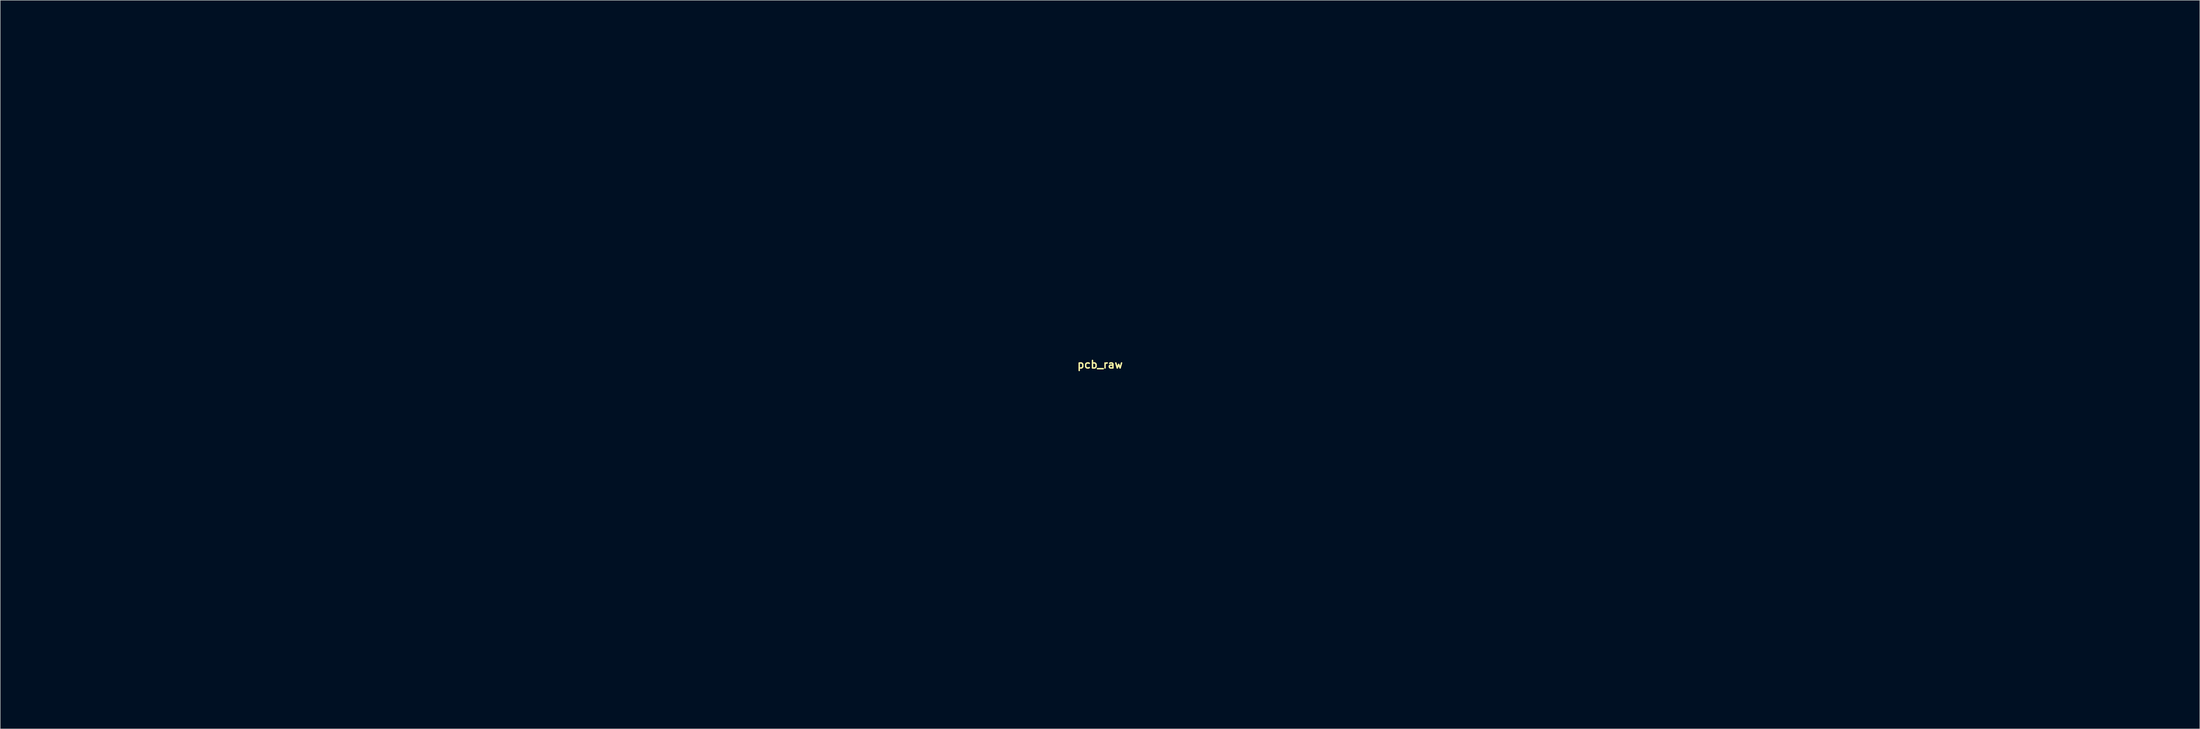
<source format=kicad_pcb>
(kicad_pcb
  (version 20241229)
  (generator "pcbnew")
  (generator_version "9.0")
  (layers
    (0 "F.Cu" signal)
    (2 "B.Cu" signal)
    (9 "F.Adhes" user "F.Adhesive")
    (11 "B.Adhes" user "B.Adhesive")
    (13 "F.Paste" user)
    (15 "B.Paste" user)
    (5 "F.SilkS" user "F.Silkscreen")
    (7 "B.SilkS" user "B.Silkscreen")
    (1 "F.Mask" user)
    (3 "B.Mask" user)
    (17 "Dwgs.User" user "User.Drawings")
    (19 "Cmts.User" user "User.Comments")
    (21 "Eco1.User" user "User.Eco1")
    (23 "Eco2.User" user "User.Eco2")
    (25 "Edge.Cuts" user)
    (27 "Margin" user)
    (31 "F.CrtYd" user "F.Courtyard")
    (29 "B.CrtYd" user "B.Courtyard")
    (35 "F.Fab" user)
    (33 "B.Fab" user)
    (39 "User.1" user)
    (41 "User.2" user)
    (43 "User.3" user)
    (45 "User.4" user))
  (footprint "pcb_raw"
    (layer "F.Cu")
    (at 219.496 70.775)
    (property "Reference" "pcb_raw" (at 0 0 0) (layer "F.SilkS") (effects (font (size 1.524 1.524) (thickness 0.3))))
    (attr through_hole)
    (fp_poly (pts (xy 146.852 -59.655) (xy 147.302 -59.549) (xy 147.428 -59.498) (xy 147.856 -59.234) (xy 148.283 -58.856) (xy 148.653 -58.42) (xy 148.893 -58.026) (xy 149.062 -57.518) (xy 149.146 -56.922) (xy 149.144 -56.302) (xy 149.052 -55.724) (xy 148.978 -55.487) (xy 148.698 -54.955) (xy 148.291 -54.464) (xy 147.803 -54.06) (xy 147.294 -53.792) (xy 146.695 -53.643) (xy 146.036 -53.604) (xy 145.388 -53.674) (xy 144.956 -53.796) (xy 144.456 -54.067) (xy 143.984 -54.466) (xy 143.586 -54.945) (xy 143.309 -55.458) (xy 143.298 -55.487) (xy 143.163 -56.023) (xy 143.117 -56.629) (xy 143.158 -57.24) (xy 143.285 -57.792) (xy 143.379 -58.026) (xy 143.658 -58.47) (xy 144.038 -58.902) (xy 144.467 -59.27) (xy 144.847 -59.498) (xy 145.255 -59.624) (xy 145.766 -59.692) (xy 146.319 -59.702) (xy 146.852 -59.655)) (stroke (width 0.01) (type solid)) (fill no) (layer "Eco1.User"))
    (fp_poly (pts (xy 165.97 -59.642) (xy 166.283 -59.551) (xy 166.746 -59.306) (xy 167.203 -58.94) (xy 167.605 -58.5) (xy 167.901 -58.034) (xy 167.904 -58.026) (xy 168.072 -57.524) (xy 168.156 -56.932) (xy 168.153 -56.314) (xy 168.062 -55.736) (xy 167.984 -55.487) (xy 167.704 -54.955) (xy 167.297 -54.464) (xy 166.809 -54.06) (xy 166.3 -53.792) (xy 165.716 -53.646) (xy 165.071 -53.603) (xy 164.436 -53.664) (xy 163.977 -53.791) (xy 163.487 -54.056) (xy 163.018 -54.446) (xy 162.618 -54.913) (xy 162.334 -55.409) (xy 162.303 -55.486) (xy 162.166 -56.028) (xy 162.122 -56.635) (xy 162.168 -57.243) (xy 162.303 -57.791) (xy 162.404 -58.026) (xy 162.743 -58.545) (xy 163.181 -59.007) (xy 163.676 -59.375) (xy 164.185 -59.614) (xy 164.268 -59.638) (xy 164.802 -59.723) (xy 165.397 -59.723) (xy 165.97 -59.642)) (stroke (width 0.01) (type solid)) (fill no) (layer "Eco1.User"))
    (fp_poly (pts (xy 184.792 -59.669) (xy 185.39 -59.467) (xy 185.934 -59.112) (xy 186.171 -58.899) (xy 186.554 -58.476) (xy 186.814 -58.053) (xy 186.973 -57.579) (xy 187.053 -57.005) (xy 187.065 -56.8) (xy 187.076 -56.372) (xy 187.056 -56.051) (xy 186.999 -55.772) (xy 186.904 -55.49) (xy 186.603 -54.92) (xy 186.164 -54.404) (xy 185.625 -53.985) (xy 185.488 -53.906) (xy 185.239 -53.782) (xy 185.007 -53.703) (xy 184.735 -53.658) (xy 184.366 -53.634) (xy 184.194 -53.627) (xy 183.749 -53.622) (xy 183.42 -53.644) (xy 183.146 -53.7) (xy 182.895 -53.786) (xy 182.402 -54.057) (xy 181.932 -54.452) (xy 181.531 -54.922) (xy 181.249 -55.418) (xy 181.222 -55.486) (xy 181.084 -56.031) (xy 181.04 -56.637) (xy 181.087 -57.243) (xy 181.224 -57.788) (xy 181.328 -58.026) (xy 181.754 -58.667) (xy 182.273 -59.16) (xy 182.88 -59.504) (xy 183.569 -59.694) (xy 184.106 -59.734) (xy 184.792 -59.669)) (stroke (width 0.01) (type solid)) (fill no) (layer "Eco1.User"))
    (fp_poly (pts (xy 219.491 70.77) (xy -219.491 70.77) (xy -219.491 59.468) (xy -207.404 59.468) (xy -207.326 59.798) (xy -207.117 60.041) (xy -206.811 60.164) (xy -206.703 60.172) (xy -206.464 60.117) (xy -206.234 59.99) (xy -206.067 59.808) (xy -206.006 59.57) (xy -206.003 59.465) (xy -206.067 59.112) (xy -206.257 58.881) (xy -206.282 58.873) (xy -202.245 58.873) (xy -202.215 59.168) (xy -202.052 59.425) (xy -202.006 59.465) (xy -201.683 59.626) (xy -201.358 59.615) (xy -201.057 59.438) (xy -181.041 59.438) (xy -180.967 59.764) (xy -180.775 60.006) (xy -180.506 60.147) (xy -180.202 60.17) (xy -179.905 60.058) (xy -179.767 59.94) (xy -179.593 59.657) (xy -179.567 59.375) (xy -179.661 59.121) (xy -179.845 58.921) (xy -175.873 58.921) (xy -175.8 59.247) (xy -175.608 59.485) (xy -175.339 59.619) (xy -175.033 59.634) (xy -174.732 59.513) (xy -174.615 59.415) (xy -174.594 59.383) (xy -154.765 59.383) (xy -154.691 59.693) (xy -154.497 59.923) (xy -154.227 60.056) (xy -153.923 60.077) (xy -153.63 59.97) (xy -153.491 59.852) (xy -153.31 59.552) (xy -153.295 59.239) (xy -153.447 58.946) (xy -153.491 58.898) (xy -153.607 58.824) (xy -149.597 58.824) (xy -149.524 59.151) (xy -149.331 59.393) (xy -149.062 59.534) (xy -148.758 59.557) (xy -148.746 59.552) (xy -78.39 59.552) (xy -78.312 59.884) (xy -78.104 60.128) (xy -77.798 60.251) (xy -77.689 60.259) (xy -77.45 60.205) (xy -77.219 60.078) (xy -77.052 59.894) (xy -76.991 59.652) (xy -76.988 59.556) (xy -77.057 59.208) (xy -77.211 59.027) (xy -73.222 59.027) (xy -73.145 59.358) (xy -72.936 59.603) (xy -72.631 59.726) (xy -72.521 59.734) (xy -72.282 59.679) (xy -72.222 59.646) (xy -2.452 59.646) (xy -2.378 59.956) (xy -2.184 60.186) (xy -1.914 60.319) (xy -1.611 60.34) (xy -1.318 60.233) (xy -1.178 60.115) (xy -0.998 59.814) (xy -0.983 59.502) (xy -1.134 59.208) (xy -1.178 59.161) (xy -1.295 59.087) (xy 2.715 59.087) (xy 2.793 59.424) (xy 3.005 59.675) (xy 3.316 59.809) (xy 3.46 59.821) (xy 3.794 59.75) (xy 3.922 59.655) (xy 23.672 59.655) (xy 23.832 59.956) (xy 23.884 60.014) (xy 24.179 60.216) (xy 24.5 60.259) (xy 24.808 60.14) (xy 24.922 60.044) (xy 25.103 59.762) (xy 25.139 59.454) (xy 25.032 59.171) (xy 24.992 59.13) (xy 28.839 59.13) (xy 29 59.431) (xy 29.051 59.488) (xy 29.347 59.691) (xy 29.667 59.733) (xy 29.881 59.651) (xy 49.682 59.651) (xy 49.817 59.942) (xy 49.892 60.028) (xy 50.191 60.221) (xy 50.517 60.257) (xy 50.827 60.135) (xy 50.935 60.044) (xy 51.118 59.76) (xy 51.151 59.46) (xy 51.054 59.184) (xy 50.96 59.09) (xy 54.838 59.09) (xy 54.927 59.344) (xy 55.109 59.552) (xy 55.358 59.688) (xy 55.645 59.727) (xy 55.946 59.643) (xy 56.004 59.606) (xy 81.974 59.606) (xy 82.063 59.903) (xy 82.211 60.078) (xy 82.526 60.231) (xy 82.857 60.237) (xy 83.151 60.094) (xy 83.179 60.069) (xy 83.34 59.812) (xy 83.386 59.497) (xy 83.316 59.192) (xy 83.207 59.033) (xy 83.202 59.03) (xy 87.148 59.03) (xy 87.221 59.352) (xy 87.411 59.585) (xy 87.677 59.715) (xy 87.976 59.725) (xy 88.158 59.647) (xy 100.984 59.647) (xy 101.056 59.927) (xy 101.23 60.164) (xy 101.49 60.315) (xy 101.701 60.347) (xy 102.03 60.26) (xy 102.23 60.112) (xy 102.419 59.842) (xy 102.461 59.568) (xy 102.382 59.316) (xy 102.208 59.111) (xy 102.18 59.096) (xy 106.154 59.096) (xy 106.227 59.425) (xy 106.417 59.662) (xy 106.686 59.793) (xy 106.992 59.8) (xy 107.297 59.669) (xy 107.398 59.586) (xy 107.502 59.438) (xy 119.993 59.438) (xy 120.067 59.764) (xy 120.259 60.006) (xy 120.528 60.147) (xy 120.832 60.17) (xy 121.128 60.058) (xy 121.267 59.94) (xy 121.441 59.657) (xy 121.442 59.643) (xy 157.234 59.643) (xy 157.352 59.929) (xy 157.432 60.028) (xy 157.717 60.22) (xy 158.042 60.262) (xy 158.358 60.151) (xy 158.491 60.044) (xy 158.672 59.762) (xy 158.708 59.454) (xy 158.601 59.171) (xy 158.475 59.039) (xy 158.17 58.882) (xy 157.868 58.861) (xy 157.597 58.952) (xy 157.383 59.129) (xy 157.253 59.368) (xy 157.234 59.643) (xy 121.442 59.643) (xy 121.467 59.375) (xy 121.373 59.121) (xy 121.268 59.007) (xy 125.166 59.007) (xy 125.265 59.293) (xy 125.376 59.431) (xy 125.669 59.615) (xy 125.994 59.64) (xy 126.308 59.509) (xy 126.419 59.415) (xy 126.609 59.123) (xy 126.637 58.848) (xy 162.406 58.848) (xy 162.407 59.151) (xy 162.566 59.449) (xy 162.616 59.503) (xy 162.914 59.695) (xy 163.24 59.731) (xy 163.434 59.655) (xy 185.882 59.655) (xy 186.042 59.956) (xy 186.093 60.014) (xy 186.389 60.216) (xy 186.709 60.259) (xy 187.018 60.14) (xy 187.132 60.044) (xy 187.313 59.762) (xy 187.349 59.454) (xy 187.241 59.171) (xy 187.116 59.039) (xy 186.795 58.883) (xy 186.454 58.874) (xy 186.146 59.009) (xy 186.073 59.073) (xy 185.892 59.355) (xy 185.882 59.655) (xy 163.434 59.655) (xy 163.551 59.609) (xy 163.659 59.519) (xy 163.838 59.242) (xy 163.871 58.952) (xy 163.833 58.836) (xy 191.07 58.836) (xy 191.074 59.135) (xy 191.233 59.441) (xy 191.245 59.455) (xy 191.526 59.679) (xy 191.839 59.741) (xy 192.148 59.64) (xy 192.299 59.519) (xy 192.48 59.236) (xy 192.514 58.934) (xy 192.417 58.657) (xy 192.206 58.444) (xy 191.9 58.338) (xy 191.808 58.332) (xy 191.454 58.4) (xy 191.202 58.58) (xy 191.07 58.836) (xy 163.833 58.836) (xy 163.783 58.682) (xy 163.596 58.466) (xy 163.334 58.336) (xy 163.021 58.326) (xy 162.848 58.378) (xy 162.556 58.578) (xy 162.406 58.848) (xy 126.637 58.848) (xy 126.64 58.818) (xy 126.519 58.538) (xy 126.255 58.322) (xy 126.189 58.292) (xy 125.861 58.228) (xy 125.571 58.302) (xy 125.343 58.478) (xy 125.2 58.724) (xy 125.166 59.007) (xy 121.268 59.007) (xy 121.186 58.918) (xy 120.932 58.794) (xy 120.638 58.772) (xy 120.331 58.879) (xy 120.224 58.952) (xy 120.043 59.163) (xy 119.993 59.438) (xy 107.502 59.438) (xy 107.6 59.298) (xy 107.632 58.998) (xy 107.494 58.708) (xy 107.428 58.635) (xy 107.149 58.456) (xy 106.841 58.412) (xy 106.547 58.488) (xy 106.311 58.668) (xy 106.173 58.937) (xy 106.154 59.096) (xy 102.18 59.096) (xy 101.964 58.978) (xy 101.677 58.942) (xy 101.372 59.028) (xy 101.218 59.127) (xy 101.033 59.366) (xy 100.984 59.647) (xy 88.158 59.647) (xy 88.267 59.6) (xy 88.386 59.493) (xy 88.527 59.301) (xy 88.591 59.14) (xy 88.591 59.121) (xy 88.57 58.914) (xy 88.563 58.836) (xy 88.462 58.596) (xy 88.234 58.418) (xy 87.927 58.335) (xy 87.865 58.332) (xy 87.508 58.399) (xy 87.268 58.593) (xy 87.156 58.904) (xy 87.148 59.03) (xy 83.202 59.03) (xy 82.955 58.892) (xy 82.639 58.859) (xy 82.331 58.933) (xy 82.172 59.037) (xy 82.009 59.296) (xy 81.974 59.606) (xy 56.004 59.606) (xy 56.087 59.552) (xy 56.269 59.309) (xy 56.328 59.003) (xy 56.261 58.699) (xy 56.126 58.511) (xy 55.846 58.359) (xy 55.513 58.334) (xy 55.195 58.434) (xy 55.044 58.547) (xy 54.868 58.816) (xy 54.838 59.09) (xy 50.96 59.09) (xy 50.841 58.972) (xy 50.532 58.864) (xy 50.43 58.858) (xy 50.084 58.926) (xy 49.833 59.106) (xy 49.693 59.36) (xy 49.682 59.651) (xy 29.881 59.651) (xy 29.976 59.614) (xy 30.09 59.519) (xy 30.265 59.241) (xy 30.294 58.944) (xy 30.194 58.668) (xy 29.982 58.454) (xy 29.678 58.341) (xy 29.56 58.332) (xy 29.226 58.404) (xy 29.031 58.547) (xy 28.85 58.829) (xy 28.839 59.13) (xy 24.992 59.13) (xy 24.906 59.039) (xy 24.585 58.883) (xy 24.244 58.874) (xy 23.936 59.009) (xy 23.863 59.073) (xy 23.682 59.355) (xy 23.672 59.655) (xy 3.922 59.655) (xy 3.989 59.606) (xy 4.17 59.324) (xy 4.206 59.016) (xy 4.098 58.733) (xy 3.973 58.602) (xy 3.669 58.45) (xy 3.35 58.43) (xy 3.058 58.525) (xy 2.835 58.719) (xy 2.721 58.997) (xy 2.715 59.087) (xy -1.295 59.087) (xy -1.456 58.986) (xy -1.763 58.948) (xy -2.057 59.03) (xy -2.295 59.216) (xy -2.434 59.488) (xy -2.452 59.646) (xy -72.222 59.646) (xy -72.051 59.552) (xy -71.885 59.37) (xy -71.824 59.132) (xy -71.821 59.027) (xy -71.884 58.675) (xy -72.072 58.446) (xy -72.384 58.34) (xy -72.521 58.332) (xy -72.876 58.395) (xy -73.108 58.581) (xy -73.214 58.891) (xy -73.222 59.027) (xy -77.211 59.027) (xy -77.256 58.975) (xy -77.576 58.865) (xy -77.705 58.858) (xy -78.053 58.923) (xy -78.28 59.116) (xy -78.384 59.431) (xy -78.39 59.552) (xy -148.746 59.552) (xy -148.462 59.445) (xy -148.323 59.327) (xy -148.15 59.044) (xy -148.123 58.762) (xy -148.217 58.507) (xy -148.404 58.305) (xy -148.658 58.181) (xy -148.952 58.159) (xy -149.26 58.266) (xy -149.366 58.339) (xy -149.547 58.55) (xy -149.597 58.824) (xy -153.607 58.824) (xy -153.768 58.724) (xy -154.076 58.686) (xy -154.37 58.768) (xy -154.608 58.953) (xy -154.746 59.225) (xy -154.765 59.383) (xy -174.594 59.383) (xy -174.423 59.123) (xy -174.398 58.816) (xy -174.542 58.523) (xy -174.599 58.46) (xy -174.879 58.281) (xy -175.187 58.237) (xy -175.48 58.313) (xy -175.717 58.493) (xy -175.855 58.762) (xy -175.873 58.921) (xy -179.845 58.921) (xy -179.848 58.918) (xy -180.102 58.794) (xy -180.396 58.772) (xy -180.703 58.879) (xy -180.81 58.952) (xy -180.99 59.163) (xy -181.041 59.438) (xy -201.057 59.438) (xy -201.047 59.432) (xy -201.004 59.39) (xy -200.814 59.163) (xy -200.756 58.957) (xy -200.814 58.697) (xy -200.835 58.641) (xy -200.997 58.428) (xy -201.263 58.274) (xy -201.56 58.214) (xy -201.668 58.223) (xy -201.959 58.354) (xy -202.155 58.586) (xy -202.245 58.873) (xy -206.282 58.873) (xy -206.568 58.777) (xy -206.687 58.77) (xy -207.044 58.837) (xy -207.284 59.031) (xy -207.397 59.342) (xy -207.404 59.468) (xy -219.491 59.468) (xy -219.491 57.15) (xy 203.69 57.15) (xy 203.764 57.48) (xy 203.959 57.723) (xy 204.234 57.86) (xy 204.548 57.872) (xy 204.86 57.74) (xy 204.896 57.713) (xy 205.089 57.469) (xy 205.143 57.186) (xy 205.074 56.906) (xy 204.898 56.671) (xy 204.631 56.523) (xy 204.421 56.493) (xy 204.057 56.558) (xy 203.812 56.743) (xy 203.697 57.038) (xy 203.69 57.15) (xy -219.491 57.15) (xy -219.491 52.13) (xy 203.155 52.13) (xy 203.195 52.28) (xy 203.422 52.552) (xy 203.717 52.696) (xy 204.033 52.703) (xy 204.327 52.566) (xy 204.386 52.512) (xy 204.559 52.243) (xy 204.593 51.955) (xy 204.514 51.681) (xy 204.345 51.45) (xy 204.111 51.294) (xy 203.837 51.245) (xy 203.547 51.332) (xy 203.489 51.37) (xy 203.305 51.576) (xy 203.186 51.853) (xy 203.155 52.13) (xy -219.491 52.13) (xy -219.491 40.583) (xy -169.223 40.583) (xy -169.119 40.893) (xy -169.002 41.038) (xy -168.714 41.219) (xy -168.396 41.233) (xy -168.067 41.081) (xy -167.997 41.026) (xy -167.777 40.756) (xy -167.73 40.468) (xy -167.856 40.169) (xy -167.952 40.057) (xy -164.055 40.057) (xy -163.951 40.367) (xy -163.834 40.513) (xy -163.543 40.696) (xy -163.222 40.717) (xy -162.906 40.576) (xy -162.855 40.534) (xy -150.035 40.534) (xy -149.956 40.826) (xy -149.75 41.073) (xy -149.468 41.226) (xy -149.287 41.253) (xy -149.03 41.202) (xy -148.808 41.024) (xy -148.773 40.984) (xy -148.625 40.754) (xy -148.549 40.532) (xy -148.546 40.495) (xy -148.62 40.257) (xy -148.806 40.02) (xy -148.841 39.993) (xy -144.868 39.993) (xy -144.798 40.245) (xy -144.632 40.482) (xy -144.341 40.686) (xy -144.032 40.718) (xy -143.81 40.617) (xy -131.015 40.617) (xy -130.874 40.915) (xy -130.794 41.007) (xy -130.498 41.21) (xy -130.178 41.252) (xy -129.869 41.134) (xy -129.755 41.038) (xy -129.567 40.744) (xy -129.542 40.429) (xy -129.678 40.128) (xy -129.715 40.089) (xy -125.857 40.089) (xy -125.723 40.369) (xy -125.592 40.501) (xy -125.265 40.689) (xy -124.942 40.711) (xy -124.924 40.702) (xy -111.931 40.702) (xy -111.797 40.982) (xy -111.666 41.114) (xy -111.338 41.302) (xy -111.016 41.324) (xy -110.72 41.179) (xy -110.661 41.126) (xy -110.473 40.832) (xy -110.448 40.516) (xy -110.584 40.215) (xy -110.622 40.176) (xy -106.763 40.176) (xy -106.629 40.457) (xy -106.498 40.588) (xy -106.171 40.777) (xy -105.848 40.798) (xy -105.552 40.654) (xy -105.545 40.647) (xy -92.908 40.647) (xy -92.834 40.818) (xy -92.683 40.987) (xy -92.375 41.202) (xy -92.061 41.25) (xy -91.762 41.129) (xy -91.655 41.038) (xy -91.466 40.745) (xy -91.442 40.43) (xy -91.579 40.128) (xy -91.719 39.983) (xy -91.719 39.983) (xy -87.674 39.983) (xy -87.649 40.26) (xy -87.555 40.442) (xy -87.443 40.546) (xy -87.124 40.704) (xy -86.8 40.699) (xy -86.507 40.532) (xy -86.497 40.522) (xy -73.835 40.522) (xy -73.762 40.852) (xy -73.569 41.092) (xy -73.297 41.223) (xy -72.986 41.225) (xy -72.676 41.081) (xy -72.665 41.072) (xy -72.495 40.883) (xy -72.436 40.636) (xy -72.434 40.556) (xy -72.496 40.185) (xy -72.647 39.983) (xy -68.668 39.983) (xy -68.595 40.321) (xy -68.403 40.566) (xy -68.131 40.699) (xy -67.819 40.701) (xy -67.615 40.605) (xy -54.743 40.605) (xy -54.657 40.942) (xy -54.526 41.126) (xy -54.238 41.311) (xy -53.926 41.328) (xy -53.615 41.179) (xy -53.508 41.085) (xy -53.322 40.833) (xy -53.252 40.596) (xy -53.321 40.367) (xy -53.491 40.13) (xy -53.7 39.95) (xy -49.578 39.95) (xy -49.548 40.242) (xy -49.43 40.512) (xy -49.359 40.6) (xy -49.07 40.785) (xy -48.758 40.803) (xy -48.447 40.653) (xy -48.396 40.608) (xy -35.648 40.608) (xy -35.576 40.944) (xy -35.389 41.183) (xy -35.124 41.312) (xy -34.821 41.313) (xy -34.518 41.174) (xy -34.415 41.085) (xy -34.228 40.833) (xy -34.159 40.596) (xy -34.231 40.354) (xy -34.414 40.112) (xy -34.452 40.082) (xy -30.48 40.082) (xy -30.409 40.418) (xy -30.222 40.658) (xy -29.957 40.786) (xy -29.653 40.788) (xy -29.35 40.648) (xy -29.275 40.583) (xy -16.735 40.583) (xy -16.631 40.893) (xy -16.514 41.038) (xy -16.223 41.222) (xy -15.902 41.243) (xy -15.586 41.102) (xy -15.486 41.018) (xy -15.278 40.725) (xy -15.24 40.422) (xy -15.373 40.131) (xy -15.509 39.991) (xy -15.529 39.978) (xy -11.561 39.978) (xy -11.489 40.314) (xy -11.298 40.558) (xy -11.029 40.694) (xy -10.722 40.705) (xy -10.417 40.574) (xy 2.271 40.574) (xy 2.383 40.876) (xy 2.517 41.031) (xy 2.827 41.219) (xy 3.15 41.24) (xy 3.457 41.092) (xy 3.535 41.022) (xy 3.73 40.73) (xy 3.752 40.426) (xy 3.601 40.122) (xy 3.51 40.02) (xy 3.452 39.979) (xy 7.445 39.979) (xy 7.518 40.301) (xy 7.71 40.543) (xy 7.979 40.688) (xy 8.281 40.718) (xy 8.327 40.702) (xy 37.841 40.702) (xy 37.975 40.982) (xy 38.107 41.114) (xy 38.434 41.302) (xy 38.757 41.324) (xy 39.053 41.179) (xy 39.111 41.126) (xy 39.299 40.832) (xy 39.324 40.516) (xy 39.188 40.215) (xy 39.057 40.078) (xy 39.044 40.071) (xy 43.005 40.071) (xy 43.076 40.311) (xy 43.261 40.559) (xy 43.566 40.768) (xy 43.88 40.811) (xy 44.18 40.686) (xy 44.27 40.608) (xy 101.074 40.608) (xy 101.146 40.944) (xy 101.333 41.183) (xy 101.598 41.312) (xy 101.901 41.313) (xy 102.205 41.174) (xy 102.307 41.085) (xy 102.494 40.833) (xy 102.563 40.596) (xy 102.491 40.354) (xy 102.358 40.178) (xy 106.255 40.178) (xy 106.357 40.474) (xy 106.457 40.6) (xy 106.746 40.785) (xy 107.058 40.803) (xy 107.369 40.653) (xy 107.475 40.559) (xy 107.505 40.519) (xy 147.67 40.519) (xy 147.739 40.77) (xy 147.906 41.007) (xy 148.197 41.212) (xy 148.505 41.243) (xy 148.814 41.103) (xy 148.914 41.018) (xy 149.118 40.731) (xy 149.148 40.434) (xy 149.004 40.134) (xy 148.903 40.02) (xy 148.867 39.993) (xy 152.838 39.993) (xy 152.907 40.245) (xy 153.073 40.482) (xy 153.368 40.687) (xy 153.681 40.726) (xy 153.981 40.598) (xy 154.102 40.49) (xy 166.764 40.49) (xy 166.838 40.811) (xy 167.032 41.055) (xy 167.302 41.204) (xy 167.607 41.24) (xy 167.904 41.144) (xy 168.038 41.038) (xy 168.226 40.744) (xy 168.251 40.429) (xy 168.115 40.128) (xy 167.984 39.991) (xy 167.972 39.983) (xy 171.932 39.983) (xy 171.981 40.24) (xy 172.154 40.46) (xy 172.201 40.501) (xy 172.529 40.689) (xy 172.851 40.711) (xy 173.147 40.566) (xy 173.206 40.513) (xy 173.264 40.421) (xy 185.858 40.421) (xy 185.934 40.679) (xy 186.128 40.924) (xy 186.385 41.103) (xy 186.63 41.166) (xy 186.89 41.113) (xy 187.08 41.011) (xy 187.237 40.791) (xy 187.318 40.502) (xy 187.333 40.257) (xy 187.272 40.093) (xy 187.213 40.035) (xy 191.046 40.035) (xy 191.123 40.208) (xy 191.271 40.374) (xy 191.58 40.589) (xy 191.893 40.637) (xy 192.193 40.516) (xy 192.299 40.425) (xy 192.485 40.132) (xy 192.508 39.812) (xy 192.371 39.502) (xy 192.269 39.386) (xy 192.036 39.223) (xy 191.806 39.151) (xy 191.792 39.151) (xy 191.513 39.23) (xy 191.262 39.433) (xy 191.091 39.712) (xy 191.059 39.826) (xy 191.046 40.035) (xy 187.213 40.035) (xy 187.101 39.923) (xy 187.087 39.911) (xy 186.856 39.76) (xy 186.633 39.68) (xy 186.589 39.677) (xy 186.351 39.751) (xy 186.114 39.936) (xy 185.931 40.178) (xy 185.858 40.42) (xy 185.858 40.421) (xy 173.264 40.421) (xy 173.394 40.219) (xy 173.419 39.903) (xy 173.283 39.602) (xy 173.151 39.465) (xy 172.926 39.318) (xy 172.712 39.241) (xy 172.676 39.239) (xy 172.4 39.316) (xy 172.149 39.513) (xy 171.977 39.775) (xy 171.932 39.983) (xy 167.972 39.983) (xy 167.758 39.843) (xy 167.544 39.767) (xy 167.509 39.764) (xy 167.241 39.839) (xy 166.992 40.028) (xy 166.816 40.278) (xy 166.764 40.49) (xy 154.102 40.49) (xy 154.104 40.488) (xy 154.268 40.238) (xy 154.327 39.999) (xy 154.253 39.739) (xy 154.066 39.49) (xy 153.819 39.305) (xy 153.582 39.239) (xy 153.33 39.314) (xy 153.086 39.504) (xy 152.904 39.754) (xy 152.838 39.993) (xy 148.867 39.993) (xy 148.652 39.833) (xy 148.415 39.764) (xy 148.162 39.84) (xy 147.918 40.03) (xy 147.736 40.279) (xy 147.67 40.519) (xy 107.505 40.519) (xy 107.662 40.308) (xy 107.731 40.071) (xy 107.655 39.816) (xy 107.464 39.572) (xy 107.212 39.391) (xy 106.97 39.326) (xy 106.659 39.401) (xy 106.424 39.598) (xy 106.283 39.871) (xy 106.255 40.178) (xy 102.358 40.178) (xy 102.308 40.112) (xy 102.071 39.926) (xy 101.833 39.852) (xy 101.832 39.852) (xy 101.543 39.93) (xy 101.287 40.13) (xy 101.116 40.401) (xy 101.074 40.608) (xy 44.27 40.608) (xy 44.279 40.6) (xy 44.429 40.361) (xy 44.497 40.069) (xy 44.469 39.801) (xy 44.427 39.715) (xy 44.236 39.536) (xy 43.974 39.389) (xy 43.73 39.326) (xy 43.723 39.326) (xy 43.495 39.4) (xy 43.264 39.584) (xy 43.082 39.822) (xy 43.005 40.06) (xy 43.005 40.071) (xy 39.044 40.071) (xy 38.747 39.892) (xy 38.457 39.877) (xy 38.171 40.036) (xy 38.093 40.108) (xy 37.881 40.407) (xy 37.841 40.702) (xy 8.327 40.702) (xy 8.574 40.616) (xy 8.719 40.496) (xy 8.907 40.189) (xy 8.926 39.874) (xy 8.778 39.579) (xy 8.664 39.465) (xy 8.439 39.318) (xy 8.225 39.241) (xy 8.189 39.239) (xy 7.915 39.316) (xy 7.664 39.511) (xy 7.491 39.77) (xy 7.445 39.979) (xy 3.452 39.979) (xy 3.223 39.815) (xy 2.936 39.783) (xy 2.633 39.924) (xy 2.547 39.991) (xy 2.326 40.269) (xy 2.271 40.574) (xy -10.417 40.574) (xy -10.417 40.574) (xy -10.318 40.492) (xy -10.11 40.199) (xy -10.073 39.896) (xy -10.206 39.605) (xy -10.342 39.465) (xy -10.567 39.318) (xy -10.781 39.241) (xy -10.817 39.239) (xy -11.091 39.315) (xy -11.342 39.51) (xy -11.515 39.769) (xy -11.561 39.978) (xy -15.529 39.978) (xy -15.735 39.843) (xy -15.949 39.767) (xy -15.984 39.764) (xy -16.184 39.819) (xy -16.414 39.955) (xy -16.459 39.991) (xy -16.677 40.27) (xy -16.735 40.583) (xy -29.275 40.583) (xy -29.247 40.559) (xy -29.06 40.308) (xy -28.991 40.071) (xy -29.064 39.828) (xy -29.246 39.587) (xy -29.483 39.401) (xy -29.721 39.326) (xy -29.722 39.326) (xy -30.011 39.404) (xy -30.268 39.605) (xy -30.439 39.875) (xy -30.48 40.082) (xy -34.452 40.082) (xy -34.651 39.926) (xy -34.889 39.852) (xy -34.89 39.852) (xy -35.179 39.93) (xy -35.435 40.13) (xy -35.606 40.401) (xy -35.648 40.608) (xy -48.396 40.608) (xy -48.341 40.559) (xy -48.154 40.308) (xy -48.085 40.071) (xy -48.156 39.834) (xy -48.333 39.594) (xy -48.563 39.407) (xy -48.793 39.326) (xy -48.803 39.326) (xy -49.044 39.385) (xy -49.307 39.529) (xy -49.502 39.709) (xy -49.507 39.715) (xy -49.578 39.95) (xy -53.7 39.95) (xy -53.712 39.94) (xy -53.93 39.853) (xy -53.951 39.852) (xy -54.198 39.901) (xy -54.452 40.022) (xy -54.641 40.176) (xy -54.687 40.25) (xy -54.743 40.605) (xy -67.615 40.605) (xy -67.507 40.554) (xy -67.497 40.546) (xy -67.31 40.303) (xy -67.255 40.012) (xy -67.316 39.715) (xy -67.478 39.459) (xy -67.724 39.286) (xy -67.967 39.239) (xy -68.278 39.318) (xy -68.519 39.529) (xy -68.653 39.832) (xy -68.668 39.983) (xy -72.647 39.983) (xy -72.679 39.94) (xy -72.981 39.822) (xy -73.134 39.812) (xy -73.484 39.88) (xy -73.719 40.078) (xy -73.828 40.396) (xy -73.835 40.522) (xy -86.497 40.522) (xy -86.487 40.513) (xy -86.302 40.22) (xy -86.279 39.9) (xy -86.416 39.59) (xy -86.518 39.474) (xy -86.818 39.28) (xy -87.126 39.261) (xy -87.439 39.417) (xy -87.443 39.42) (xy -87.599 39.583) (xy -87.664 39.79) (xy -87.674 39.983) (xy -91.719 39.983) (xy -91.947 39.827) (xy -92.153 39.787) (xy -92.266 39.802) (xy -92.604 39.946) (xy -92.822 40.217) (xy -92.893 40.44) (xy -92.908 40.647) (xy -105.545 40.647) (xy -105.494 40.6) (xy -105.305 40.307) (xy -105.28 39.991) (xy -105.416 39.69) (xy -105.548 39.553) (xy -105.858 39.366) (xy -106.148 39.352) (xy -106.434 39.51) (xy -106.512 39.582) (xy -106.724 39.882) (xy -106.763 40.176) (xy -110.622 40.176) (xy -110.716 40.078) (xy -111.025 39.892) (xy -111.316 39.877) (xy -111.601 40.036) (xy -111.679 40.108) (xy -111.892 40.407) (xy -111.931 40.702) (xy -124.924 40.702) (xy -124.646 40.566) (xy -124.587 40.513) (xy -124.399 40.219) (xy -124.374 39.903) (xy -124.51 39.602) (xy -124.642 39.465) (xy -124.951 39.279) (xy -125.242 39.264) (xy -125.528 39.423) (xy -125.605 39.495) (xy -125.818 39.794) (xy -125.857 40.089) (xy -129.715 40.089) (xy -129.809 39.991) (xy -130.119 39.804) (xy -130.409 39.79) (xy -130.695 39.948) (xy -130.773 40.02) (xy -130.982 40.318) (xy -131.015 40.617) (xy -143.81 40.617) (xy -143.724 40.577) (xy -143.624 40.492) (xy -143.42 40.206) (xy -143.39 39.909) (xy -143.534 39.608) (xy -143.635 39.495) (xy -143.886 39.308) (xy -144.123 39.239) (xy -144.376 39.314) (xy -144.62 39.504) (xy -144.802 39.754) (xy -144.868 39.993) (xy -148.841 39.993) (xy -149.047 39.837) (xy -149.29 39.764) (xy -149.291 39.764) (xy -149.548 39.84) (xy -149.793 40.034) (xy -149.972 40.289) (xy -150.035 40.534) (xy -162.855 40.534) (xy -162.806 40.492) (xy -162.601 40.206) (xy -162.571 39.909) (xy -162.715 39.608) (xy -162.816 39.495) (xy -163.103 39.29) (xy -163.391 39.258) (xy -163.694 39.398) (xy -163.779 39.465) (xy -163.997 39.745) (xy -164.055 40.057) (xy -167.952 40.057) (xy -167.984 40.02) (xy -168.271 39.815) (xy -168.558 39.783) (xy -168.861 39.924) (xy -168.947 39.991) (xy -169.165 40.27) (xy -169.223 40.583) (xy -219.491 40.583) (xy -219.491 39.828) (xy -199.959 39.828) (xy -199.889 40.161) (xy -199.702 40.397) (xy -199.437 40.522) (xy -199.133 40.522) (xy -198.828 40.382) (xy -198.716 40.286) (xy -198.545 40.086) (xy -198.487 39.912) (xy -198.504 39.739) (xy -198.631 39.444) (xy -198.765 39.303) (xy -194.792 39.303) (xy -194.72 39.634) (xy -194.533 39.871) (xy -194.267 39.997) (xy -193.964 39.998) (xy -193.662 39.86) (xy -193.559 39.771) (xy -193.372 39.519) (xy -193.303 39.282) (xy -193.378 39.03) (xy -193.568 38.786) (xy -193.818 38.604) (xy -194.058 38.538) (xy -194.344 38.617) (xy -194.592 38.82) (xy -194.755 39.097) (xy -194.792 39.303) (xy -198.765 39.303) (xy -198.858 39.206) (xy -199.133 39.075) (xy -199.237 39.063) (xy -199.513 39.142) (xy -199.757 39.344) (xy -199.92 39.616) (xy -199.959 39.828) (xy -219.491 39.828) (xy -219.491 21.415) (xy -204.952 21.415) (xy -204.88 21.753) (xy -204.689 21.998) (xy -204.42 22.13) (xy -204.111 22.132) (xy -203.801 21.988) (xy -203.757 21.952) (xy -203.565 21.69) (xy -203.563 21.68) (xy -178.853 21.68) (xy -178.739 21.993) (xy -178.636 22.119) (xy -178.345 22.303) (xy -178.024 22.324) (xy -177.708 22.183) (xy -177.608 22.099) (xy -177.4 21.806) (xy -177.362 21.503) (xy -177.495 21.212) (xy -177.536 21.17) (xy -173.674 21.17) (xy -173.57 21.467) (xy -173.468 21.594) (xy -173.177 21.778) (xy -172.856 21.799) (xy -172.629 21.697) (xy -159.663 21.697) (xy -159.529 22.012) (xy -159.455 22.103) (xy -159.172 22.298) (xy -158.859 22.329) (xy -158.544 22.196) (xy -158.426 22.099) (xy -158.222 21.812) (xy -158.192 21.515) (xy -158.336 21.215) (xy -158.381 21.165) (xy -154.497 21.165) (xy -154.363 21.472) (xy -154.271 21.578) (xy -153.975 21.773) (xy -153.66 21.797) (xy -153.416 21.682) (xy -140.576 21.682) (xy -140.496 21.991) (xy -140.289 22.245) (xy -140.002 22.398) (xy -139.831 22.422) (xy -139.507 22.337) (xy -139.318 22.191) (xy -139.122 21.893) (xy -139.095 21.579) (xy -139.225 21.301) (xy -135.382 21.301) (xy -135.221 21.597) (xy -135.173 21.651) (xy -134.878 21.855) (xy -134.563 21.897) (xy -134.261 21.777) (xy -134.134 21.665) (xy -134.123 21.646) (xy -121.569 21.646) (xy -121.446 21.952) (xy -121.334 22.089) (xy -121.04 22.293) (xy -120.724 22.335) (xy -120.422 22.215) (xy -120.295 22.103) (xy -120.112 21.794) (xy -120.094 21.467) (xy -120.241 21.156) (xy -120.312 21.076) (xy -120.345 21.054) (xy -116.402 21.054) (xy -116.327 21.372) (xy -116.133 21.613) (xy -115.861 21.76) (xy -115.555 21.794) (xy -115.259 21.697) (xy -115.128 21.594) (xy -115.126 21.59) (xy -102.476 21.59) (xy -102.405 21.831) (xy -102.22 22.078) (xy -101.915 22.287) (xy -101.601 22.33) (xy -101.301 22.205) (xy -101.202 22.119) (xy -101.031 21.845) (xy -100.996 21.539) (xy -101.079 21.244) (xy -101.11 21.204) (xy -97.288 21.204) (xy -97.211 21.377) (xy -97.063 21.543) (xy -96.754 21.758) (xy -96.44 21.806) (xy -96.141 21.685) (xy -96.137 21.682) (xy -83.304 21.682) (xy -83.223 21.967) (xy -83.064 22.153) (xy -82.744 22.311) (xy -82.42 22.306) (xy -82.128 22.139) (xy -82.108 22.119) (xy -81.934 21.842) (xy -81.896 21.535) (xy -81.978 21.24) (xy -82.115 21.064) (xy -78.127 21.064) (xy -78.052 21.395) (xy -77.853 21.651) (xy -77.568 21.793) (xy -77.426 21.809) (xy -77.119 21.727) (xy -77.052 21.678) (xy -64.288 21.678) (xy -64.215 22.015) (xy -64.023 22.26) (xy -63.751 22.393) (xy -63.44 22.396) (xy -63.127 22.248) (xy -63.118 22.241) (xy -62.962 22.078) (xy -62.896 21.87) (xy -62.887 21.678) (xy -62.911 21.401) (xy -63.006 21.218) (xy -63.077 21.152) (xy -59.121 21.152) (xy -59.048 21.491) (xy -58.858 21.735) (xy -58.589 21.867) (xy -58.28 21.87) (xy -57.97 21.725) (xy -57.926 21.689) (xy -57.853 21.59) (xy -45.37 21.59) (xy -45.299 21.932) (xy -45.112 22.176) (xy -44.848 22.307) (xy -44.544 22.309) (xy -44.239 22.167) (xy -44.137 22.078) (xy -43.95 21.827) (xy -43.881 21.59) (xy -43.958 21.328) (xy -44.084 21.17) (xy -40.192 21.17) (xy -40.089 21.467) (xy -39.987 21.594) (xy -39.698 21.779) (xy -39.386 21.796) (xy -39.18 21.697) (xy -26.181 21.697) (xy -26.048 22.012) (xy -25.973 22.103) (xy -25.691 22.298) (xy -25.377 22.329) (xy -25.063 22.196) (xy -24.945 22.099) (xy -24.737 21.806) (xy -24.7 21.503) (xy -24.832 21.212) (xy -24.872 21.171) (xy -21.02 21.171) (xy -20.901 21.48) (xy -20.806 21.594) (xy -20.515 21.778) (xy -20.194 21.799) (xy -19.877 21.658) (xy -19.777 21.574) (xy -19.741 21.523) (xy -7.27 21.523) (xy -7.196 21.848) (xy -7.005 22.086) (xy -6.735 22.22) (xy -6.429 22.234) (xy -6.128 22.113) (xy -6.012 22.016) (xy -5.825 21.733) (xy 11.737 21.733) (xy 11.86 22.04) (xy 11.972 22.176) (xy 12.267 22.381) (xy 12.581 22.417) (xy 12.888 22.283) (xy 12.995 22.191) (xy 13.191 21.893) (xy 13.217 21.579) (xy 13.075 21.273) (xy 13.047 21.243) (xy 16.914 21.243) (xy 17.054 21.551) (xy 17.139 21.651) (xy 17.435 21.856) (xy 17.749 21.891) (xy 18.056 21.758) (xy 18.162 21.666) (xy 18.205 21.6) (xy 42.654 21.6) (xy 42.724 21.852) (xy 42.89 22.089) (xy 43.185 22.291) (xy 43.506 22.334) (xy 43.814 22.215) (xy 43.928 22.119) (xy 44.103 21.842) (xy 44.141 21.534) (xy 44.058 21.24) (xy 44.004 21.17) (xy 47.826 21.17) (xy 47.96 21.451) (xy 48.092 21.582) (xy 48.419 21.77) (xy 48.741 21.792) (xy 49.037 21.647) (xy 49.096 21.594) (xy 147.67 21.594) (xy 147.75 21.903) (xy 147.957 22.158) (xy 148.244 22.311) (xy 148.415 22.334) (xy 148.739 22.249) (xy 148.928 22.104) (xy 149.125 21.806) (xy 149.151 21.491) (xy 149.022 21.213) (xy 152.864 21.213) (xy 153.025 21.51) (xy 153.073 21.563) (xy 153.365 21.767) (xy 153.673 21.799) (xy 153.981 21.659) (xy 154.081 21.574) (xy 154.202 21.405) (xy 166.677 21.405) (xy 166.75 21.722) (xy 166.942 21.963) (xy 167.211 22.11) (xy 167.512 22.144) (xy 167.804 22.048) (xy 167.951 21.928) (xy 168.136 21.62) (xy 168.152 21.298) (xy 168 20.992) (xy 167.92 20.906) (xy 167.88 20.879) (xy 171.844 20.879) (xy 171.919 21.197) (xy 172.114 21.438) (xy 172.386 21.585) (xy 172.691 21.619) (xy 172.988 21.522) (xy 173.014 21.501) (xy 185.877 21.501) (xy 186.018 21.804) (xy 186.085 21.89) (xy 186.364 22.108) (xy 186.677 22.166) (xy 186.986 22.061) (xy 187.132 21.944) (xy 187.273 21.719) (xy 205.088 21.719) (xy 205.173 21.89) (xy 205.316 22.026) (xy 205.64 22.21) (xy 205.963 22.229) (xy 206.259 22.082) (xy 206.313 22.032) (xy 206.486 21.756) (xy 206.524 21.45) (xy 206.444 21.155) (xy 206.308 20.977) (xy 210.294 20.977) (xy 210.319 21.254) (xy 210.413 21.436) (xy 210.525 21.54) (xy 210.844 21.698) (xy 211.169 21.692) (xy 211.461 21.526) (xy 211.481 21.506) (xy 211.667 21.225) (xy 211.709 20.934) (xy 211.632 20.661) (xy 211.461 20.436) (xy 211.222 20.288) (xy 210.939 20.246) (xy 210.639 20.338) (xy 210.525 20.414) (xy 210.369 20.577) (xy 210.304 20.784) (xy 210.294 20.977) (xy 206.308 20.977) (xy 206.262 20.917) (xy 205.995 20.777) (xy 205.836 20.758) (xy 205.521 20.838) (xy 205.266 21.054) (xy 205.112 21.365) (xy 205.091 21.478) (xy 205.088 21.719) (xy 187.273 21.719) (xy 187.315 21.651) (xy 187.341 21.326) (xy 187.21 21.012) (xy 187.116 20.901) (xy 187.098 20.889) (xy 191.026 20.889) (xy 191.097 21.13) (xy 191.282 21.378) (xy 191.586 21.587) (xy 191.9 21.629) (xy 192.2 21.504) (xy 192.299 21.419) (xy 192.474 21.141) (xy 192.512 20.833) (xy 192.429 20.539) (xy 192.243 20.301) (xy 191.97 20.163) (xy 191.811 20.145) (xy 191.534 20.218) (xy 191.276 20.404) (xy 191.089 20.653) (xy 191.026 20.889) (xy 187.098 20.889) (xy 186.824 20.706) (xy 186.52 20.684) (xy 186.216 20.836) (xy 186.114 20.926) (xy 185.909 21.213) (xy 185.877 21.501) (xy 173.014 21.501) (xy 173.118 21.419) (xy 173.286 21.144) (xy 173.315 20.837) (xy 173.222 20.542) (xy 173.027 20.303) (xy 172.748 20.163) (xy 172.589 20.145) (xy 172.304 20.222) (xy 172.051 20.419) (xy 171.883 20.683) (xy 171.844 20.879) (xy 167.88 20.879) (xy 167.649 20.723) (xy 167.421 20.67) (xy 167.137 20.747) (xy 166.884 20.944) (xy 166.716 21.208) (xy 166.677 21.405) (xy 154.202 21.405) (xy 154.284 21.29) (xy 154.327 21.064) (xy 154.248 20.77) (xy 154.043 20.517) (xy 153.764 20.354) (xy 153.564 20.32) (xy 153.307 20.379) (xy 153.075 20.577) (xy 153.065 20.589) (xy 152.877 20.908) (xy 152.864 21.213) (xy 149.022 21.213) (xy 149.009 21.186) (xy 148.914 21.081) (xy 148.642 20.898) (xy 148.415 20.846) (xy 148.124 20.924) (xy 147.871 21.126) (xy 147.706 21.399) (xy 147.67 21.594) (xy 49.096 21.594) (xy 49.096 21.594) (xy 49.271 21.316) (xy 49.309 21.009) (xy 49.226 20.714) (xy 49.04 20.476) (xy 48.766 20.338) (xy 48.608 20.32) (xy 48.304 20.401) (xy 48.078 20.576) (xy 47.866 20.876) (xy 47.826 21.17) (xy 44.004 21.17) (xy 43.872 21.002) (xy 43.599 20.864) (xy 43.44 20.846) (xy 43.158 20.92) (xy 42.899 21.11) (xy 42.714 21.365) (xy 42.654 21.6) (xy 18.205 21.6) (xy 18.358 21.368) (xy 18.385 21.053) (xy 18.243 20.748) (xy 18.147 20.643) (xy 17.876 20.46) (xy 17.649 20.408) (xy 17.374 20.483) (xy 17.15 20.643) (xy 16.946 20.935) (xy 16.914 21.243) (xy 13.047 21.243) (xy 12.98 21.168) (xy 12.685 20.975) (xy 12.381 20.957) (xy 12.065 21.113) (xy 12.006 21.16) (xy 11.786 21.434) (xy 11.737 21.733) (xy -5.825 21.733) (xy -5.815 21.718) (xy -5.789 21.403) (xy -5.931 21.098) (xy -5.959 21.068) (xy -2.092 21.068) (xy -1.952 21.376) (xy -1.867 21.476) (xy -1.575 21.68) (xy -1.267 21.712) (xy -0.959 21.571) (xy -0.859 21.486) (xy -0.656 21.202) (xy -0.613 20.977) (xy -0.692 20.688) (xy -0.893 20.434) (xy -1.164 20.268) (xy -1.358 20.232) (xy -1.632 20.307) (xy -1.856 20.468) (xy -2.061 20.759) (xy -2.092 21.068) (xy -5.959 21.068) (xy -6.026 20.993) (xy -6.298 20.811) (xy -6.525 20.758) (xy -6.82 20.837) (xy -7.073 21.042) (xy -7.235 21.322) (xy -7.27 21.523) (xy -19.741 21.523) (xy -19.569 21.28) (xy -19.532 20.977) (xy -19.665 20.686) (xy -19.801 20.547) (xy -20.12 20.359) (xy -20.425 20.346) (xy -20.722 20.507) (xy -20.775 20.555) (xy -20.978 20.851) (xy -21.02 21.171) (xy -24.872 21.171) (xy -24.969 21.072) (xy -25.287 20.885) (xy -25.593 20.871) (xy -25.889 21.033) (xy -25.943 21.081) (xy -26.146 21.377) (xy -26.181 21.697) (xy -39.18 21.697) (xy -39.076 21.647) (xy -38.969 21.553) (xy -38.782 21.301) (xy -38.713 21.064) (xy -38.79 20.805) (xy -38.985 20.56) (xy -39.244 20.382) (xy -39.491 20.32) (xy -39.799 20.395) (xy -40.03 20.591) (xy -40.167 20.864) (xy -40.192 21.17) (xy -44.084 21.17) (xy -44.154 21.083) (xy -44.417 20.906) (xy -44.666 20.846) (xy -44.979 20.925) (xy -45.221 21.136) (xy -45.355 21.44) (xy -45.37 21.59) (xy -57.853 21.59) (xy -57.734 21.427) (xy -57.683 21.129) (xy -57.756 20.838) (xy -57.937 20.594) (xy -58.209 20.44) (xy -58.429 20.408) (xy -58.733 20.487) (xy -58.971 20.698) (xy -59.105 20.998) (xy -59.121 21.152) (xy -63.077 21.152) (xy -63.118 21.115) (xy -63.429 20.962) (xy -63.742 20.96) (xy -64.016 21.089) (xy -64.211 21.33) (xy -64.288 21.665) (xy -64.288 21.678) (xy -77.052 21.678) (xy -76.941 21.594) (xy -76.766 21.317) (xy -76.728 21.009) (xy -76.81 20.715) (xy -76.996 20.477) (xy -77.268 20.338) (xy -77.426 20.32) (xy -77.737 20.399) (xy -77.978 20.611) (xy -78.112 20.914) (xy -78.127 21.064) (xy -82.115 21.064) (xy -82.163 21.002) (xy -82.435 20.864) (xy -82.594 20.846) (xy -82.895 20.92) (xy -83.124 21.114) (xy -83.266 21.382) (xy -83.304 21.682) (xy -96.137 21.682) (xy -96.034 21.594) (xy -95.866 21.322) (xy -95.83 21.017) (xy -95.91 20.722) (xy -96.09 20.481) (xy -96.353 20.34) (xy -96.511 20.32) (xy -96.816 20.4) (xy -97.079 20.609) (xy -97.25 20.901) (xy -97.275 20.995) (xy -97.288 21.204) (xy -101.11 21.204) (xy -101.263 21.005) (xy -101.532 20.865) (xy -101.69 20.846) (xy -101.967 20.919) (xy -102.225 21.105) (xy -102.412 21.353) (xy -102.476 21.59) (xy -115.126 21.59) (xy -114.956 21.318) (xy -114.921 21.01) (xy -115.006 20.716) (xy -115.194 20.477) (xy -115.468 20.338) (xy -115.627 20.32) (xy -115.932 20.395) (xy -116.194 20.589) (xy -116.364 20.855) (xy -116.402 21.054) (xy -120.345 21.054) (xy -120.602 20.885) (xy -120.913 20.867) (xy -121.236 21.022) (xy -121.3 21.072) (xy -121.52 21.347) (xy -121.569 21.646) (xy -134.123 21.646) (xy -133.949 21.357) (xy -133.933 21.036) (xy -134.085 20.729) (xy -134.165 20.643) (xy -134.469 20.443) (xy -134.774 20.414) (xy -135.061 20.556) (xy -135.182 20.677) (xy -135.369 20.996) (xy -135.382 21.301) (xy -139.225 21.301) (xy -139.237 21.273) (xy -139.333 21.168) (xy -139.604 20.986) (xy -139.831 20.933) (xy -140.122 21.012) (xy -140.375 21.214) (xy -140.54 21.487) (xy -140.576 21.682) (xy -153.416 21.682) (xy -153.348 21.65) (xy -153.259 21.574) (xy -153.058 21.288) (xy -153.031 20.986) (xy -153.179 20.668) (xy -153.24 20.589) (xy -153.514 20.37) (xy -153.813 20.321) (xy -154.12 20.443) (xy -154.256 20.555) (xy -154.461 20.851) (xy -154.497 21.165) (xy -158.381 21.165) (xy -158.437 21.102) (xy -158.734 20.893) (xy -159.033 20.859) (xy -159.331 21.001) (xy -159.424 21.081) (xy -159.627 21.377) (xy -159.663 21.697) (xy -172.629 21.697) (xy -172.54 21.658) (xy -172.44 21.574) (xy -172.237 21.29) (xy -172.194 21.064) (xy -172.274 20.767) (xy -172.48 20.515) (xy -172.765 20.354) (xy -172.97 20.32) (xy -173.28 20.395) (xy -173.511 20.591) (xy -173.648 20.863) (xy -173.674 21.17) (xy -177.536 21.17) (xy -177.632 21.072) (xy -177.955 20.885) (xy -178.269 20.872) (xy -178.571 21.033) (xy -178.611 21.068) (xy -178.81 21.356) (xy -178.853 21.68) (xy -203.563 21.68) (xy -203.514 21.392) (xy -203.587 21.101) (xy -203.744 20.889) (xy -199.784 20.889) (xy -199.713 21.231) (xy -199.527 21.475) (xy -199.262 21.606) (xy -198.958 21.608) (xy -198.654 21.467) (xy -198.551 21.378) (xy -198.364 21.126) (xy -198.295 20.889) (xy -198.372 20.627) (xy -198.569 20.382) (xy -198.831 20.205) (xy -199.081 20.145) (xy -199.394 20.224) (xy -199.636 20.436) (xy -199.769 20.739) (xy -199.784 20.889) (xy -203.744 20.889) (xy -203.768 20.857) (xy -204.04 20.703) (xy -204.26 20.67) (xy -204.564 20.75) (xy -204.802 20.961) (xy -204.936 21.261) (xy -204.952 21.415) (xy -219.491 21.415) (xy -219.491 2.409) (xy -207.492 2.409) (xy -207.419 2.746) (xy -207.227 2.991) (xy -206.955 3.124) (xy -206.643 3.127) (xy -206.331 2.979) (xy -206.321 2.972) (xy -206.165 2.809) (xy -206.1 2.601) (xy -206.09 2.409) (xy -206.115 2.132) (xy -206.209 1.949) (xy -206.281 1.883) (xy -202.324 1.883) (xy -202.253 2.225) (xy -202.067 2.469) (xy -201.802 2.6) (xy -201.498 2.602) (xy -201.271 2.496) (xy -183.581 2.496) (xy -183.507 2.803) (xy -183.316 3.059) (xy -183.052 3.215) (xy -182.891 3.241) (xy -182.627 3.177) (xy -182.361 3.014) (xy -182.162 2.793) (xy -182.093 2.548) (xy -182.092 2.496) (xy -182.171 2.209) (xy -182.281 2.075) (xy -178.396 2.075) (xy -178.281 2.377) (xy -178.198 2.483) (xy -177.92 2.676) (xy -177.609 2.701) (xy -177.284 2.558) (xy -177.208 2.499) (xy -164.565 2.499) (xy -164.424 2.808) (xy -164.339 2.907) (xy -164.052 3.112) (xy -163.755 3.142) (xy -163.455 2.998) (xy -163.342 2.897) (xy -163.155 2.646) (xy -163.086 2.409) (xy -163.161 2.156) (xy -163.316 1.957) (xy -159.4 1.957) (xy -159.265 2.27) (xy -159.172 2.382) (xy -158.88 2.586) (xy -158.572 2.618) (xy -158.305 2.496) (xy -145.306 2.496) (xy -145.233 2.738) (xy -145.051 2.98) (xy -144.813 3.166) (xy -144.575 3.241) (xy -144.574 3.241) (xy -144.366 3.185) (xy -144.13 3.049) (xy -144.086 3.014) (xy -143.887 2.793) (xy -143.818 2.548) (xy -143.817 2.496) (xy -143.895 2.217) (xy -144.056 2.015) (xy -140.129 2.015) (xy -139.999 2.329) (xy -139.911 2.446) (xy -139.637 2.665) (xy -139.338 2.714) (xy -139.031 2.592) (xy -138.915 2.496) (xy -126.299 2.496) (xy -126.25 2.753) (xy -126.077 2.973) (xy -126.03 3.014) (xy -125.705 3.203) (xy -125.392 3.218) (xy -125.096 3.061) (xy -125.041 3.01) (xy -124.845 2.712) (xy -124.818 2.397) (xy -124.961 2.092) (xy -125.056 1.987) (xy -125.11 1.952) (xy -121.132 1.952) (xy -121.058 2.273) (xy -120.864 2.517) (xy -120.594 2.666) (xy -120.289 2.702) (xy -119.992 2.606) (xy -119.858 2.5) (xy -119.855 2.496) (xy -107.293 2.496) (xy -107.222 2.737) (xy -107.037 2.985) (xy -106.733 3.195) (xy -106.425 3.238) (xy -106.132 3.112) (xy -106.019 3.009) (xy -105.852 2.723) (xy -105.851 2.713) (xy -88.06 2.713) (xy -87.965 3.033) (xy -87.758 3.264) (xy -87.482 3.389) (xy -87.179 3.39) (xy -86.893 3.251) (xy -86.838 3.201) (xy -86.663 2.923) (xy -86.625 2.615) (xy -86.708 2.321) (xy -86.845 2.146) (xy -82.857 2.146) (xy -82.832 2.423) (xy -82.738 2.605) (xy -82.626 2.709) (xy -82.307 2.867) (xy -81.983 2.861) (xy -81.69 2.695) (xy -81.67 2.675) (xy -81.668 2.671) (xy -69.106 2.671) (xy -69.033 3.009) (xy -68.841 3.254) (xy -68.569 3.387) (xy -68.257 3.389) (xy -67.945 3.242) (xy -67.935 3.234) (xy -67.779 3.071) (xy -67.713 2.864) (xy -67.704 2.671) (xy -67.729 2.395) (xy -67.823 2.212) (xy -67.894 2.146) (xy -63.938 2.146) (xy -63.865 2.484) (xy -63.673 2.728) (xy -63.401 2.862) (xy -63.089 2.864) (xy -62.777 2.716) (xy -62.767 2.709) (xy -62.732 2.671) (xy -50.012 2.671) (xy -49.941 3.013) (xy -49.754 3.257) (xy -49.49 3.388) (xy -49.186 3.39) (xy -48.881 3.249) (xy -48.779 3.16) (xy -48.592 2.908) (xy -48.523 2.671) (xy -48.6 2.409) (xy -48.796 2.164) (xy -48.824 2.146) (xy -44.844 2.146) (xy -44.773 2.488) (xy -44.587 2.732) (xy -44.322 2.862) (xy -44.018 2.865) (xy -43.714 2.723) (xy -43.654 2.671) (xy -30.918 2.671) (xy -30.833 2.996) (xy -30.687 3.185) (xy -30.395 3.38) (xy -30.091 3.402) (xy -29.787 3.251) (xy -29.685 3.16) (xy -29.498 2.908) (xy -29.429 2.671) (xy -29.505 2.414) (xy -29.64 2.243) (xy -25.738 2.243) (xy -25.592 2.555) (xy -25.515 2.645) (xy -25.228 2.849) (xy -24.931 2.879) (xy -24.687 2.762) (xy -11.99 2.762) (xy -11.849 3.07) (xy -11.764 3.17) (xy -11.479 3.371) (xy -11.176 3.398) (xy -10.858 3.25) (xy -10.78 3.189) (xy -10.581 2.968) (xy -10.512 2.723) (xy -10.51 2.671) (xy -10.56 2.415) (xy -10.7 2.236) (xy -6.822 2.236) (xy -6.681 2.545) (xy -6.596 2.645) (xy -6.305 2.849) (xy -5.997 2.881) (xy -5.688 2.74) (xy -5.608 2.671) (xy 7.007 2.671) (xy 7.056 2.928) (xy 7.229 3.148) (xy 7.276 3.189) (xy 7.595 3.377) (xy 7.9 3.39) (xy 8.197 3.229) (xy 8.25 3.181) (xy 8.458 2.887) (xy 8.495 2.584) (xy 8.363 2.293) (xy 8.273 2.201) (xy 12.175 2.201) (xy 12.298 2.508) (xy 12.41 2.645) (xy 12.701 2.849) (xy 13.01 2.881) (xy 13.318 2.74) (xy 13.399 2.671) (xy 26.013 2.671) (xy 26.089 2.924) (xy 26.278 3.168) (xy 26.528 3.35) (xy 26.768 3.416) (xy 27.019 3.347) (xy 27.256 3.181) (xy 27.459 2.896) (xy 27.502 2.671) (xy 27.425 2.387) (xy 27.237 2.146) (xy 31.181 2.146) (xy 31.252 2.387) (xy 31.437 2.634) (xy 31.739 2.845) (xy 32.044 2.885) (xy 32.335 2.754) (xy 32.38 2.712) (xy 49.664 2.712) (xy 49.79 3.011) (xy 49.917 3.16) (xy 50.222 3.369) (xy 50.536 3.411) (xy 50.836 3.286) (xy 50.935 3.201) (xy 51.108 2.926) (xy 51.146 2.619) (xy 51.066 2.325) (xy 50.931 2.146) (xy 54.829 2.146) (xy 54.9 2.387) (xy 55.085 2.634) (xy 55.39 2.843) (xy 55.704 2.886) (xy 56.004 2.761) (xy 56.103 2.675) (xy 56.105 2.671) (xy 82.068 2.671) (xy 82.141 3.009) (xy 82.333 3.254) (xy 82.605 3.387) (xy 82.917 3.389) (xy 83.229 3.242) (xy 83.239 3.234) (xy 83.395 3.071) (xy 83.46 2.864) (xy 83.47 2.671) (xy 83.445 2.395) (xy 83.351 2.212) (xy 83.279 2.146) (xy 87.236 2.146) (xy 87.308 2.484) (xy 87.498 2.729) (xy 87.768 2.861) (xy 88.077 2.863) (xy 88.261 2.777) (xy 101.086 2.777) (xy 101.188 3.073) (xy 101.289 3.201) (xy 101.578 3.386) (xy 101.89 3.403) (xy 102.201 3.254) (xy 102.307 3.16) (xy 102.494 2.908) (xy 102.563 2.671) (xy 102.486 2.409) (xy 102.29 2.164) (xy 102.262 2.146) (xy 106.242 2.146) (xy 106.313 2.488) (xy 106.5 2.732) (xy 106.764 2.862) (xy 107.068 2.865) (xy 107.372 2.723) (xy 107.432 2.671) (xy 120.081 2.671) (xy 120.156 2.967) (xy 120.348 3.221) (xy 120.609 3.384) (xy 120.787 3.416) (xy 121.015 3.359) (xy 121.261 3.22) (xy 121.3 3.189) (xy 121.499 2.968) (xy 121.568 2.723) (xy 121.57 2.671) (xy 121.491 2.389) (xy 121.375 2.246) (xy 125.253 2.246) (xy 125.387 2.553) (xy 125.479 2.659) (xy 125.77 2.851) (xy 126.081 2.869) (xy 126.404 2.714) (xy 126.468 2.664) (xy 126.54 2.584) (xy 147.67 2.584) (xy 147.748 2.86) (xy 147.945 3.111) (xy 148.207 3.283) (xy 148.415 3.328) (xy 148.614 3.273) (xy 148.845 3.137) (xy 148.89 3.102) (xy 149.089 2.881) (xy 149.158 2.636) (xy 149.159 2.584) (xy 149.082 2.307) (xy 148.921 2.102) (xy 152.847 2.102) (xy 152.977 2.417) (xy 153.065 2.533) (xy 153.339 2.753) (xy 153.638 2.802) (xy 153.944 2.679) (xy 154.081 2.567) (xy 154.132 2.496) (xy 166.764 2.496) (xy 166.813 2.753) (xy 166.987 2.973) (xy 167.034 3.014) (xy 167.352 3.202) (xy 167.658 3.215) (xy 167.954 3.054) (xy 168.007 3.005) (xy 168.212 2.71) (xy 168.248 2.396) (xy 168.114 2.089) (xy 168.022 1.983) (xy 167.975 1.952) (xy 171.932 1.952) (xy 172.005 2.273) (xy 172.196 2.517) (xy 172.462 2.665) (xy 172.763 2.701) (xy 173.055 2.607) (xy 173.19 2.496) (xy 185.946 2.496) (xy 186.017 2.737) (xy 186.202 2.985) (xy 186.505 3.195) (xy 186.814 3.238) (xy 187.107 3.112) (xy 187.22 3.009) (xy 187.387 2.723) (xy 187.418 2.412) (xy 187.329 2.121) (xy 187.204 1.971) (xy 191.113 1.971) (xy 191.184 2.211) (xy 191.369 2.459) (xy 191.674 2.668) (xy 191.988 2.711) (xy 192.288 2.586) (xy 192.296 2.579) (xy 205.098 2.579) (xy 205.192 2.868) (xy 205.333 3.033) (xy 205.647 3.208) (xy 205.969 3.221) (xy 206.265 3.07) (xy 206.313 3.026) (xy 206.486 2.75) (xy 206.524 2.444) (xy 206.444 2.149) (xy 206.378 2.062) (xy 210.285 2.062) (xy 210.366 2.347) (xy 210.525 2.534) (xy 210.844 2.691) (xy 211.169 2.686) (xy 211.461 2.519) (xy 211.481 2.5) (xy 211.655 2.223) (xy 211.693 1.915) (xy 211.611 1.621) (xy 211.426 1.383) (xy 211.154 1.245) (xy 210.995 1.226) (xy 210.694 1.301) (xy 210.465 1.494) (xy 210.323 1.763) (xy 210.285 2.062) (xy 206.378 2.062) (xy 206.262 1.91) (xy 205.995 1.771) (xy 205.836 1.752) (xy 205.518 1.825) (xy 205.277 2.015) (xy 205.132 2.281) (xy 205.098 2.579) (xy 192.296 2.579) (xy 192.387 2.5) (xy 192.562 2.222) (xy 192.6 1.915) (xy 192.517 1.62) (xy 192.331 1.383) (xy 192.057 1.244) (xy 191.899 1.226) (xy 191.622 1.299) (xy 191.364 1.485) (xy 191.177 1.734) (xy 191.113 1.971) (xy 187.204 1.971) (xy 187.137 1.89) (xy 186.859 1.764) (xy 186.731 1.752) (xy 186.455 1.825) (xy 186.196 2.011) (xy 186.009 2.26) (xy 185.946 2.496) (xy 173.19 2.496) (xy 173.206 2.483) (xy 173.374 2.196) (xy 173.405 1.886) (xy 173.315 1.594) (xy 173.122 1.364) (xy 172.842 1.238) (xy 172.714 1.226) (xy 172.426 1.299) (xy 172.166 1.484) (xy 171.985 1.734) (xy 171.932 1.952) (xy 167.975 1.952) (xy 167.732 1.791) (xy 167.421 1.773) (xy 167.098 1.928) (xy 167.034 1.978) (xy 166.834 2.199) (xy 166.766 2.444) (xy 166.764 2.496) (xy 154.132 2.496) (xy 154.284 2.283) (xy 154.327 2.058) (xy 154.252 1.78) (xy 154.061 1.529) (xy 153.806 1.358) (xy 153.606 1.314) (xy 153.39 1.369) (xy 153.15 1.507) (xy 153.107 1.541) (xy 152.891 1.809) (xy 152.847 2.102) (xy 148.921 2.102) (xy 148.885 2.056) (xy 148.623 1.884) (xy 148.415 1.839) (xy 148.138 1.917) (xy 147.887 2.114) (xy 147.715 2.376) (xy 147.67 2.584) (xy 126.54 2.584) (xy 126.667 2.443) (xy 126.736 2.198) (xy 126.737 2.146) (xy 126.688 1.889) (xy 126.515 1.669) (xy 126.468 1.628) (xy 126.149 1.441) (xy 125.844 1.427) (xy 125.547 1.589) (xy 125.494 1.637) (xy 125.289 1.932) (xy 125.253 2.246) (xy 121.375 2.246) (xy 121.288 2.139) (xy 121.012 1.971) (xy 120.787 1.927) (xy 120.507 2.006) (xy 120.265 2.209) (xy 120.111 2.484) (xy 120.081 2.671) (xy 107.432 2.671) (xy 107.475 2.634) (xy 107.662 2.383) (xy 107.731 2.146) (xy 107.654 1.884) (xy 107.458 1.639) (xy 107.195 1.462) (xy 106.946 1.401) (xy 106.632 1.481) (xy 106.39 1.692) (xy 106.257 1.996) (xy 106.242 2.146) (xy 102.262 2.146) (xy 102.027 1.987) (xy 101.778 1.927) (xy 101.473 2.002) (xy 101.245 2.198) (xy 101.111 2.471) (xy 101.086 2.777) (xy 88.261 2.777) (xy 88.386 2.719) (xy 88.431 2.683) (xy 88.622 2.421) (xy 88.673 2.123) (xy 88.6 1.832) (xy 88.42 1.588) (xy 88.148 1.434) (xy 87.928 1.401) (xy 87.624 1.481) (xy 87.386 1.692) (xy 87.252 1.992) (xy 87.236 2.146) (xy 83.279 2.146) (xy 83.239 2.108) (xy 82.927 1.956) (xy 82.615 1.953) (xy 82.341 2.083) (xy 82.146 2.324) (xy 82.068 2.659) (xy 82.068 2.671) (xy 56.105 2.671) (xy 56.278 2.398) (xy 56.315 2.09) (xy 56.233 1.796) (xy 56.047 1.558) (xy 55.773 1.42) (xy 55.614 1.401) (xy 55.338 1.475) (xy 55.08 1.661) (xy 54.893 1.909) (xy 54.829 2.146) (xy 50.931 2.146) (xy 50.885 2.086) (xy 50.618 1.946) (xy 50.46 1.927) (xy 50.197 1.991) (xy 49.931 2.154) (xy 49.711 2.424) (xy 49.664 2.712) (xy 32.38 2.712) (xy 32.447 2.65) (xy 32.636 2.34) (xy 32.656 2.018) (xy 32.509 1.711) (xy 32.439 1.632) (xy 32.147 1.437) (xy 31.843 1.415) (xy 31.538 1.567) (xy 31.437 1.657) (xy 31.25 1.909) (xy 31.181 2.146) (xy 27.237 2.146) (xy 27.228 2.134) (xy 26.964 1.966) (xy 26.768 1.927) (xy 26.512 2.001) (xy 26.264 2.189) (xy 26.08 2.435) (xy 26.013 2.671) (xy 13.399 2.671) (xy 13.418 2.655) (xy 13.62 2.371) (xy 13.663 2.146) (xy 13.588 1.868) (xy 13.397 1.617) (xy 13.142 1.445) (xy 12.943 1.401) (xy 12.727 1.457) (xy 12.487 1.594) (xy 12.444 1.628) (xy 12.224 1.903) (xy 12.175 2.201) (xy 8.273 2.201) (xy 8.226 2.154) (xy 8.001 2.006) (xy 7.787 1.93) (xy 7.751 1.927) (xy 7.475 2.004) (xy 7.224 2.201) (xy 7.052 2.464) (xy 7.007 2.671) (xy -5.608 2.671) (xy -5.588 2.655) (xy -5.386 2.371) (xy -5.343 2.146) (xy -5.421 1.857) (xy -5.622 1.603) (xy -5.894 1.437) (xy -6.087 1.401) (xy -6.362 1.476) (xy -6.586 1.637) (xy -6.79 1.928) (xy -6.822 2.236) (xy -10.7 2.236) (xy -10.733 2.195) (xy -10.78 2.154) (xy -11.098 1.966) (xy -11.404 1.953) (xy -11.7 2.114) (xy -11.754 2.162) (xy -11.958 2.454) (xy -11.99 2.762) (xy -24.687 2.762) (xy -24.631 2.735) (xy -24.517 2.634) (xy -24.331 2.383) (xy -24.261 2.146) (xy -24.333 1.905) (xy -24.517 1.657) (xy -24.819 1.448) (xy -25.125 1.41) (xy -25.422 1.546) (xy -25.519 1.632) (xy -25.714 1.929) (xy -25.738 2.243) (xy -29.64 2.243) (xy -29.698 2.17) (xy -29.954 1.99) (xy -30.199 1.927) (xy -30.49 2.006) (xy -30.737 2.211) (xy -30.89 2.491) (xy -30.918 2.671) (xy -43.654 2.671) (xy -43.611 2.634) (xy -43.424 2.383) (xy -43.355 2.146) (xy -43.432 1.884) (xy -43.629 1.639) (xy -43.891 1.462) (xy -44.141 1.401) (xy -44.454 1.481) (xy -44.696 1.692) (xy -44.829 1.996) (xy -44.844 2.146) (xy -48.824 2.146) (xy -49.059 1.987) (xy -49.308 1.927) (xy -49.621 2.006) (xy -49.863 2.218) (xy -49.997 2.521) (xy -50.012 2.671) (xy -62.732 2.671) (xy -62.612 2.546) (xy -62.546 2.339) (xy -62.537 2.146) (xy -62.561 1.869) (xy -62.655 1.686) (xy -62.767 1.583) (xy -63.079 1.43) (xy -63.391 1.428) (xy -63.665 1.557) (xy -63.861 1.799) (xy -63.938 2.134) (xy -63.938 2.146) (xy -67.894 2.146) (xy -67.935 2.108) (xy -68.247 1.956) (xy -68.559 1.953) (xy -68.833 2.083) (xy -69.028 2.324) (xy -69.105 2.659) (xy -69.106 2.671) (xy -81.668 2.671) (xy -81.484 2.394) (xy -81.442 2.103) (xy -81.519 1.83) (xy -81.69 1.605) (xy -81.929 1.457) (xy -82.212 1.415) (xy -82.512 1.507) (xy -82.626 1.583) (xy -82.782 1.746) (xy -82.847 1.953) (xy -82.857 2.146) (xy -86.845 2.146) (xy -86.894 2.083) (xy -87.168 1.945) (xy -87.326 1.927) (xy -87.639 2.006) (xy -87.891 2.214) (xy -88.04 2.503) (xy -88.06 2.713) (xy -105.851 2.713) (xy -105.821 2.412) (xy -105.909 2.121) (xy -106 2.012) (xy -102.123 2.012) (xy -101.997 2.31) (xy -101.869 2.459) (xy -101.565 2.668) (xy -101.251 2.711) (xy -100.951 2.586) (xy -100.852 2.5) (xy -100.679 2.225) (xy -100.641 1.919) (xy -100.72 1.624) (xy -100.902 1.385) (xy -101.168 1.245) (xy -101.327 1.226) (xy -101.59 1.29) (xy -101.856 1.453) (xy -102.076 1.723) (xy -102.123 2.012) (xy -106 2.012) (xy -106.101 1.89) (xy -106.379 1.764) (xy -106.507 1.752) (xy -106.784 1.825) (xy -107.042 2.011) (xy -107.23 2.26) (xy -107.293 2.496) (xy -119.855 2.496) (xy -119.687 2.225) (xy -119.651 1.918) (xy -119.735 1.624) (xy -119.921 1.385) (xy -120.191 1.245) (xy -120.35 1.226) (xy -120.637 1.299) (xy -120.898 1.484) (xy -121.079 1.734) (xy -121.132 1.952) (xy -125.11 1.952) (xy -125.351 1.794) (xy -125.655 1.775) (xy -125.971 1.931) (xy -126.03 1.978) (xy -126.229 2.199) (xy -126.298 2.444) (xy -126.299 2.496) (xy -138.915 2.496) (xy -138.895 2.48) (xy -138.692 2.196) (xy -138.649 1.971) (xy -138.724 1.693) (xy -138.915 1.441) (xy -139.17 1.27) (xy -139.37 1.226) (xy -139.586 1.282) (xy -139.826 1.419) (xy -139.868 1.453) (xy -140.085 1.721) (xy -140.129 2.015) (xy -144.056 2.015) (xy -144.094 1.967) (xy -144.361 1.796) (xy -144.574 1.752) (xy -144.812 1.826) (xy -145.05 2.011) (xy -145.232 2.253) (xy -145.306 2.495) (xy -145.306 2.496) (xy -158.305 2.496) (xy -158.263 2.477) (xy -158.164 2.392) (xy -157.956 2.099) (xy -157.918 1.796) (xy -158.051 1.505) (xy -158.187 1.365) (xy -158.511 1.178) (xy -158.825 1.165) (xy -159.127 1.326) (xy -159.167 1.361) (xy -159.368 1.646) (xy -159.4 1.957) (xy -163.316 1.957) (xy -163.351 1.912) (xy -163.601 1.73) (xy -163.84 1.664) (xy -164.092 1.733) (xy -164.329 1.899) (xy -164.533 2.191) (xy -164.565 2.499) (xy -177.208 2.499) (xy -177.194 2.488) (xy -176.994 2.267) (xy -176.926 2.023) (xy -176.924 1.971) (xy -177.003 1.684) (xy -177.209 1.435) (xy -177.491 1.269) (xy -177.723 1.226) (xy -178.029 1.3) (xy -178.254 1.495) (xy -178.382 1.767) (xy -178.396 2.075) (xy -182.281 2.075) (xy -182.376 1.96) (xy -182.659 1.794) (xy -182.891 1.752) (xy -183.175 1.831) (xy -183.412 2.037) (xy -183.557 2.322) (xy -183.581 2.496) (xy -201.271 2.496) (xy -201.194 2.461) (xy -201.091 2.372) (xy -200.904 2.12) (xy -200.835 1.883) (xy -200.912 1.621) (xy -201.109 1.376) (xy -201.371 1.199) (xy -201.621 1.139) (xy -201.934 1.218) (xy -202.176 1.429) (xy -202.309 1.733) (xy -202.324 1.883) (xy -206.281 1.883) (xy -206.321 1.846) (xy -206.633 1.693) (xy -206.945 1.691) (xy -207.219 1.82) (xy -207.414 2.061) (xy -207.492 2.396) (xy -207.492 2.409) (xy -219.491 2.409) (xy -219.491 -16.542) (xy -212.394 -16.542) (xy -212.312 -16.248) (xy -212.126 -16.01) (xy -211.854 -15.872) (xy -211.696 -15.853) (xy -211.388 -15.935) (xy -211.21 -16.068) (xy -211.032 -16.349) (xy -210.985 -16.669) (xy -211.068 -16.97) (xy -211.195 -17.123) (xy -207.229 -17.123) (xy -207.156 -16.785) (xy -206.964 -16.541) (xy -206.692 -16.407) (xy -206.38 -16.405) (xy -206.068 -16.553) (xy -206.058 -16.56) (xy -205.939 -16.685) (xy -193.303 -16.685) (xy -193.232 -16.343) (xy -193.044 -16.1) (xy -192.775 -15.972) (xy -192.462 -15.974) (xy -192.142 -16.121) (xy -192.083 -16.167) (xy -191.884 -16.388) (xy -191.815 -16.633) (xy -191.814 -16.685) (xy -191.893 -16.972) (xy -192.008 -17.112) (xy -188.114 -17.112) (xy -188.001 -16.815) (xy -187.904 -16.697) (xy -187.612 -16.502) (xy -187.308 -16.48) (xy -187.072 -16.598) (xy -174.209 -16.598) (xy -174.137 -16.259) (xy -173.948 -16.014) (xy -173.68 -15.88) (xy -173.372 -15.872) (xy -173.065 -16.006) (xy -172.966 -16.088) (xy -172.763 -16.373) (xy -172.72 -16.598) (xy -172.8 -16.895) (xy -172.914 -17.034) (xy -169.039 -17.034) (xy -168.911 -16.725) (xy -168.801 -16.601) (xy -168.501 -16.416) (xy -168.188 -16.406) (xy -168.175 -16.412) (xy -155.015 -16.412) (xy -154.869 -16.101) (xy -154.792 -16.011) (xy -154.499 -15.803) (xy -154.196 -15.766) (xy -153.905 -15.899) (xy -153.765 -16.035) (xy -153.576 -16.356) (xy -153.561 -16.663) (xy -153.72 -16.953) (xy -153.784 -17.019) (xy -153.796 -17.027) (xy -149.86 -17.027) (xy -149.807 -16.771) (xy -149.623 -16.546) (xy -149.591 -16.518) (xy -149.281 -16.331) (xy -148.991 -16.317) (xy -148.817 -16.413) (xy -135.829 -16.413) (xy -135.754 -16.122) (xy -135.611 -15.924) (xy -135.319 -15.719) (xy -135.011 -15.688) (xy -134.703 -15.828) (xy -134.603 -15.913) (xy -134.4 -16.209) (xy -134.358 -16.529) (xy -134.477 -16.838) (xy -134.507 -16.873) (xy -130.667 -16.873) (xy -130.523 -16.573) (xy -130.423 -16.459) (xy -130.125 -16.251) (xy -129.826 -16.217) (xy -129.577 -16.335) (xy -116.84 -16.335) (xy -116.707 -16.044) (xy -116.571 -15.905) (xy -116.246 -15.716) (xy -115.932 -15.7) (xy -115.637 -15.858) (xy -115.582 -15.909) (xy -115.392 -16.192) (xy -115.347 -16.481) (xy -115.423 -16.748) (xy -115.51 -16.861) (xy -111.672 -16.861) (xy -111.539 -16.57) (xy -111.403 -16.43) (xy -111.08 -16.243) (xy -110.766 -16.229) (xy -110.568 -16.335) (xy -97.746 -16.335) (xy -97.675 -16.094) (xy -97.49 -15.846) (xy -97.187 -15.636) (xy -96.878 -15.594) (xy -96.585 -15.719) (xy -96.472 -15.822) (xy -96.3 -16.112) (xy -96.267 -16.424) (xy -96.355 -16.715) (xy -96.479 -16.86) (xy -92.526 -16.86) (xy -92.453 -16.535) (xy -92.263 -16.293) (xy -91.998 -16.152) (xy -91.698 -16.13) (xy -91.407 -16.245) (xy -91.37 -16.276) (xy -78.576 -16.276) (xy -78.515 -15.979) (xy -78.353 -15.723) (xy -78.108 -15.55) (xy -77.864 -15.503) (xy -77.557 -15.585) (xy -77.378 -15.718) (xy -77.192 -15.999) (xy -77.15 -16.291) (xy -77.227 -16.563) (xy -77.387 -16.773) (xy -73.397 -16.773) (xy -73.322 -16.442) (xy -73.124 -16.186) (xy -72.838 -16.044) (xy -72.697 -16.028) (xy -72.389 -16.11) (xy -72.211 -16.243) (xy -72.208 -16.247) (xy -59.646 -16.247) (xy -59.574 -15.912) (xy -59.384 -15.667) (xy -59.116 -15.532) (xy -58.81 -15.526) (xy -58.508 -15.666) (xy -58.466 -15.7) (xy -58.271 -15.971) (xy -58.215 -16.288) (xy -58.3 -16.596) (xy -58.443 -16.773) (xy -54.479 -16.773) (xy -54.408 -16.431) (xy -54.221 -16.187) (xy -53.957 -16.056) (xy -53.653 -16.054) (xy -53.348 -16.195) (xy -53.299 -16.238) (xy -40.625 -16.238) (xy -40.507 -15.94) (xy -40.409 -15.821) (xy -40.117 -15.626) (xy -39.813 -15.604) (xy -39.509 -15.756) (xy -39.407 -15.846) (xy -39.22 -16.098) (xy -39.151 -16.335) (xy -39.228 -16.597) (xy -39.362 -16.763) (xy -35.457 -16.763) (xy -35.339 -16.465) (xy -35.242 -16.347) (xy -34.95 -16.152) (xy -34.646 -16.13) (xy -34.341 -16.281) (xy -34.32 -16.3) (xy -21.539 -16.3) (xy -21.44 -16.006) (xy -21.311 -15.836) (xy -21.019 -15.632) (xy -20.711 -15.6) (xy -20.403 -15.741) (xy -20.303 -15.826) (xy -20.1 -16.11) (xy -20.057 -16.335) (xy -20.138 -16.638) (xy -20.238 -16.763) (xy -16.366 -16.763) (xy -16.22 -16.451) (xy -16.143 -16.362) (xy -15.858 -16.161) (xy -15.555 -16.134) (xy -15.327 -16.24) (xy -2.437 -16.24) (xy -2.327 -15.947) (xy -2.212 -15.813) (xy -1.905 -15.625) (xy -1.587 -15.609) (xy -1.277 -15.766) (xy -1.209 -15.826) (xy -1.006 -16.11) (xy -0.963 -16.335) (xy -1.043 -16.632) (xy -1.222 -16.852) (xy 2.715 -16.852) (xy 2.769 -16.596) (xy 2.952 -16.371) (xy 2.985 -16.343) (xy 3.303 -16.155) (xy 3.609 -16.142) (xy 3.804 -16.248) (xy 16.467 -16.248) (xy 16.599 -15.957) (xy 16.736 -15.817) (xy 17.054 -15.63) (xy 17.36 -15.616) (xy 17.656 -15.778) (xy 17.71 -15.826) (xy 17.913 -16.122) (xy 17.948 -16.442) (xy 17.815 -16.757) (xy 17.791 -16.786) (xy 21.645 -16.786) (xy 21.789 -16.486) (xy 21.89 -16.372) (xy 22.187 -16.163) (xy 22.486 -16.13) (xy 22.785 -16.271) (xy 22.848 -16.326) (xy 44.932 -16.326) (xy 44.985 -16.07) (xy 45.169 -15.845) (xy 45.201 -15.817) (xy 45.529 -15.629) (xy 45.851 -15.607) (xy 46.147 -15.752) (xy 46.206 -15.805) (xy 46.382 -16.085) (xy 46.42 -16.394) (xy 46.335 -16.688) (xy 46.196 -16.86) (xy 50.099 -16.86) (xy 50.17 -16.62) (xy 50.355 -16.372) (xy 50.66 -16.163) (xy 50.974 -16.12) (xy 51.274 -16.245) (xy 51.373 -16.331) (xy 51.431 -16.422) (xy 82.068 -16.422) (xy 82.141 -16.085) (xy 82.333 -15.84) (xy 82.605 -15.707) (xy 82.917 -15.704) (xy 83.229 -15.852) (xy 83.239 -15.859) (xy 83.395 -16.022) (xy 83.46 -16.23) (xy 83.47 -16.422) (xy 83.445 -16.699) (xy 83.351 -16.882) (xy 83.279 -16.948) (xy 87.236 -16.948) (xy 87.308 -16.609) (xy 87.498 -16.365) (xy 87.768 -16.233) (xy 88.077 -16.23) (xy 88.3 -16.335) (xy 101.074 -16.335) (xy 101.145 -15.993) (xy 101.332 -15.749) (xy 101.596 -15.618) (xy 101.9 -15.616) (xy 102.205 -15.757) (xy 102.307 -15.846) (xy 102.494 -16.098) (xy 102.563 -16.335) (xy 102.486 -16.597) (xy 102.353 -16.763) (xy 106.257 -16.763) (xy 106.375 -16.465) (xy 106.473 -16.347) (xy 106.765 -16.152) (xy 107.069 -16.13) (xy 107.373 -16.281) (xy 107.398 -16.303) (xy 120.077 -16.303) (xy 120.165 -16.013) (xy 120.312 -15.821) (xy 120.608 -15.627) (xy 120.923 -15.603) (xy 121.234 -15.749) (xy 121.324 -15.826) (xy 121.527 -16.11) (xy 121.57 -16.335) (xy 121.489 -16.638) (xy 121.389 -16.763) (xy 125.261 -16.763) (xy 125.407 -16.451) (xy 125.484 -16.362) (xy 125.769 -16.161) (xy 126.071 -16.134) (xy 126.39 -16.281) (xy 126.468 -16.343) (xy 126.543 -16.437) (xy 147.758 -16.437) (xy 147.841 -16.132) (xy 147.993 -15.924) (xy 148.285 -15.719) (xy 148.593 -15.688) (xy 148.901 -15.828) (xy 149.001 -15.913) (xy 149.206 -16.208) (xy 149.242 -16.523) (xy 149.108 -16.83) (xy 149.016 -16.936) (xy 149.011 -16.939) (xy 152.926 -16.939) (xy 152.979 -16.683) (xy 153.163 -16.458) (xy 153.195 -16.43) (xy 153.514 -16.243) (xy 153.819 -16.229) (xy 154.115 -16.391) (xy 154.147 -16.419) (xy 166.774 -16.419) (xy 166.914 -16.111) (xy 166.999 -16.011) (xy 167.295 -15.806) (xy 167.609 -15.771) (xy 167.916 -15.904) (xy 168.022 -15.996) (xy 168.213 -16.28) (xy 168.257 -16.569) (xy 168.181 -16.836) (xy 168.095 -16.948) (xy 171.932 -16.948) (xy 172.065 -16.657) (xy 172.201 -16.518) (xy 172.52 -16.33) (xy 172.825 -16.317) (xy 173.111 -16.473) (xy 185.884 -16.473) (xy 186.042 -16.187) (xy 186.114 -16.109) (xy 186.418 -15.899) (xy 186.726 -15.856) (xy 187.019 -15.982) (xy 187.132 -16.085) (xy 187.308 -16.381) (xy 187.341 -16.694) (xy 187.246 -16.985) (xy 187.12 -17.123) (xy 191.026 -17.123) (xy 191.097 -16.882) (xy 191.282 -16.635) (xy 191.585 -16.424) (xy 191.894 -16.382) (xy 192.187 -16.508) (xy 192.3 -16.61) (xy 192.338 -16.676) (xy 205.081 -16.676) (xy 205.091 -16.486) (xy 205.199 -16.151) (xy 205.411 -15.913) (xy 205.686 -15.788) (xy 205.985 -15.791) (xy 206.27 -15.94) (xy 206.313 -15.981) (xy 206.486 -16.256) (xy 206.524 -16.562) (xy 206.444 -16.857) (xy 206.287 -17.064) (xy 210.283 -17.064) (xy 210.345 -16.768) (xy 210.506 -16.511) (xy 210.752 -16.339) (xy 210.995 -16.291) (xy 211.303 -16.373) (xy 211.481 -16.506) (xy 211.667 -16.787) (xy 211.709 -17.079) (xy 211.632 -17.351) (xy 211.461 -17.576) (xy 211.222 -17.724) (xy 210.939 -17.767) (xy 210.639 -17.675) (xy 210.525 -17.598) (xy 210.338 -17.356) (xy 210.283 -17.064) (xy 206.287 -17.064) (xy 206.263 -17.096) (xy 205.996 -17.235) (xy 205.838 -17.254) (xy 205.578 -17.192) (xy 205.316 -17.034) (xy 205.316 -17.034) (xy 205.141 -16.856) (xy 205.081 -16.676) (xy 192.338 -16.676) (xy 192.471 -16.9) (xy 192.505 -17.212) (xy 192.416 -17.503) (xy 192.222 -17.732) (xy 191.939 -17.856) (xy 191.811 -17.868) (xy 191.534 -17.794) (xy 191.276 -17.608) (xy 191.089 -17.36) (xy 191.026 -17.123) (xy 187.12 -17.123) (xy 187.041 -17.211) (xy 186.742 -17.332) (xy 186.614 -17.342) (xy 186.356 -17.297) (xy 186.142 -17.137) (xy 186.085 -17.073) (xy 185.898 -16.763) (xy 185.884 -16.473) (xy 173.111 -16.473) (xy 173.122 -16.478) (xy 173.175 -16.526) (xy 173.378 -16.823) (xy 173.414 -17.143) (xy 173.28 -17.458) (xy 173.206 -17.548) (xy 172.923 -17.743) (xy 172.61 -17.774) (xy 172.295 -17.642) (xy 172.177 -17.545) (xy 171.969 -17.251) (xy 171.932 -16.948) (xy 168.095 -16.948) (xy 168.012 -17.055) (xy 167.775 -17.201) (xy 167.498 -17.245) (xy 167.205 -17.162) (xy 167.01 -17.019) (xy 166.806 -16.727) (xy 166.774 -16.419) (xy 154.147 -16.419) (xy 154.169 -16.439) (xy 154.371 -16.723) (xy 154.414 -16.948) (xy 154.336 -17.237) (xy 154.135 -17.491) (xy 153.864 -17.656) (xy 153.67 -17.692) (xy 153.378 -17.614) (xy 153.125 -17.411) (xy 152.961 -17.136) (xy 152.926 -16.939) (xy 149.011 -16.939) (xy 148.736 -17.113) (xy 148.429 -17.149) (xy 148.137 -17.062) (xy 147.904 -16.868) (xy 147.773 -16.584) (xy 147.758 -16.437) (xy 126.543 -16.437) (xy 126.689 -16.619) (xy 126.74 -16.918) (xy 126.621 -17.219) (xy 126.492 -17.369) (xy 126.185 -17.567) (xy 125.869 -17.593) (xy 125.565 -17.45) (xy 125.479 -17.374) (xy 125.285 -17.078) (xy 125.261 -16.763) (xy 121.389 -16.763) (xy 121.324 -16.844) (xy 121.036 -17.029) (xy 120.745 -17.068) (xy 120.477 -16.989) (xy 120.259 -16.817) (xy 120.117 -16.58) (xy 120.077 -16.303) (xy 107.398 -16.303) (xy 107.475 -16.372) (xy 107.662 -16.623) (xy 107.731 -16.86) (xy 107.654 -17.122) (xy 107.458 -17.367) (xy 107.195 -17.545) (xy 106.946 -17.605) (xy 106.631 -17.531) (xy 106.401 -17.338) (xy 106.271 -17.069) (xy 106.257 -16.763) (xy 102.353 -16.763) (xy 102.29 -16.842) (xy 102.028 -17.019) (xy 101.778 -17.079) (xy 101.465 -17) (xy 101.223 -16.788) (xy 101.089 -16.485) (xy 101.074 -16.335) (xy 88.3 -16.335) (xy 88.386 -16.375) (xy 88.431 -16.411) (xy 88.622 -16.673) (xy 88.673 -16.971) (xy 88.6 -17.262) (xy 88.42 -17.506) (xy 88.148 -17.66) (xy 87.928 -17.692) (xy 87.624 -17.613) (xy 87.386 -17.402) (xy 87.252 -17.102) (xy 87.236 -16.948) (xy 83.279 -16.948) (xy 83.239 -16.985) (xy 82.927 -17.138) (xy 82.615 -17.14) (xy 82.341 -17.011) (xy 82.146 -16.77) (xy 82.068 -16.435) (xy 82.068 -16.422) (xy 51.431 -16.422) (xy 51.548 -16.609) (xy 51.586 -16.916) (xy 51.503 -17.211) (xy 51.317 -17.448) (xy 51.043 -17.587) (xy 50.885 -17.605) (xy 50.608 -17.532) (xy 50.35 -17.346) (xy 50.163 -17.097) (xy 50.099 -16.86) (xy 46.196 -16.86) (xy 46.145 -16.925) (xy 45.866 -17.062) (xy 45.707 -17.079) (xy 45.394 -17.002) (xy 45.13 -16.801) (xy 44.965 -16.521) (xy 44.932 -16.326) (xy 22.848 -16.326) (xy 22.877 -16.351) (xy 23.082 -16.646) (xy 23.118 -16.961) (xy 22.984 -17.268) (xy 22.892 -17.374) (xy 22.596 -17.568) (xy 22.281 -17.592) (xy 21.969 -17.446) (xy 21.879 -17.369) (xy 21.675 -17.083) (xy 21.645 -16.786) (xy 17.791 -16.786) (xy 17.74 -16.848) (xy 17.458 -17.043) (xy 17.144 -17.074) (xy 16.829 -16.941) (xy 16.712 -16.844) (xy 16.504 -16.551) (xy 16.467 -16.248) (xy 3.804 -16.248) (xy 3.905 -16.303) (xy 3.958 -16.351) (xy 4.161 -16.635) (xy 4.204 -16.86) (xy 4.126 -17.15) (xy 3.925 -17.403) (xy 3.653 -17.569) (xy 3.46 -17.605) (xy 3.168 -17.526) (xy 2.915 -17.323) (xy 2.75 -17.048) (xy 2.715 -16.852) (xy -1.222 -16.852) (xy -1.249 -16.885) (xy -1.534 -17.046) (xy -1.739 -17.079) (xy -2.052 -17.005) (xy -2.284 -16.812) (xy -2.418 -16.542) (xy -2.437 -16.24) (xy -15.327 -16.24) (xy -15.237 -16.281) (xy -15.159 -16.343) (xy -14.938 -16.619) (xy -14.887 -16.918) (xy -15.006 -17.219) (xy -15.135 -17.369) (xy -15.442 -17.567) (xy -15.758 -17.593) (xy -16.062 -17.45) (xy -16.148 -17.374) (xy -16.342 -17.078) (xy -16.366 -16.763) (xy -20.238 -16.763) (xy -20.303 -16.844) (xy -20.594 -17.031) (xy -20.886 -17.072) (xy -21.153 -16.993) (xy -21.368 -16.821) (xy -21.506 -16.581) (xy -21.539 -16.3) (xy -34.32 -16.3) (xy -34.239 -16.372) (xy -34.053 -16.623) (xy -33.983 -16.86) (xy -34.061 -17.122) (xy -34.257 -17.367) (xy -34.519 -17.545) (xy -34.769 -17.605) (xy -35.083 -17.531) (xy -35.313 -17.338) (xy -35.443 -17.069) (xy -35.457 -16.763) (xy -39.362 -16.763) (xy -39.425 -16.842) (xy -39.687 -17.019) (xy -39.937 -17.079) (xy -40.251 -17.006) (xy -40.481 -16.813) (xy -40.611 -16.543) (xy -40.625 -16.238) (xy -53.299 -16.238) (xy -53.246 -16.284) (xy -53.059 -16.536) (xy -52.99 -16.773) (xy -53.067 -17.035) (xy -53.263 -17.28) (xy -53.526 -17.457) (xy -53.775 -17.517) (xy -54.088 -17.438) (xy -54.33 -17.226) (xy -54.464 -16.923) (xy -54.479 -16.773) (xy -58.443 -16.773) (xy -58.454 -16.787) (xy -58.759 -16.954) (xy -59.07 -16.971) (xy -59.348 -16.857) (xy -59.552 -16.627) (xy -59.645 -16.302) (xy -59.646 -16.247) (xy -72.208 -16.247) (xy -72.037 -16.521) (xy -71.999 -16.828) (xy -72.081 -17.122) (xy -72.266 -17.36) (xy -72.538 -17.499) (xy -72.697 -17.517) (xy -73.007 -17.438) (xy -73.249 -17.226) (xy -73.382 -16.924) (xy -73.397 -16.773) (xy -77.387 -16.773) (xy -77.398 -16.788) (xy -77.638 -16.936) (xy -77.92 -16.978) (xy -78.22 -16.886) (xy -78.334 -16.81) (xy -78.521 -16.568) (xy -78.576 -16.276) (xy -91.37 -16.276) (xy -91.305 -16.331) (xy -91.132 -16.606) (xy -91.094 -16.913) (xy -91.174 -17.207) (xy -91.356 -17.446) (xy -91.623 -17.586) (xy -91.781 -17.605) (xy -92.109 -17.525) (xy -92.365 -17.315) (xy -92.509 -17.014) (xy -92.526 -16.86) (xy -96.479 -16.86) (xy -96.549 -16.943) (xy -96.833 -17.068) (xy -96.961 -17.079) (xy -97.237 -17.006) (xy -97.496 -16.82) (xy -97.683 -16.571) (xy -97.746 -16.335) (xy -110.568 -16.335) (xy -110.463 -16.391) (xy -110.423 -16.426) (xy -110.224 -16.714) (xy -110.187 -17.035) (xy -110.312 -17.353) (xy -110.398 -17.461) (xy -110.681 -17.656) (xy -110.994 -17.687) (xy -111.309 -17.554) (xy -111.427 -17.457) (xy -111.635 -17.164) (xy -111.672 -16.861) (xy -115.51 -16.861) (xy -115.592 -16.968) (xy -115.829 -17.113) (xy -116.107 -17.157) (xy -116.4 -17.075) (xy -116.594 -16.932) (xy -116.802 -16.638) (xy -116.84 -16.335) (xy -129.577 -16.335) (xy -129.528 -16.359) (xy -129.435 -16.439) (xy -129.232 -16.733) (xy -129.199 -17.048) (xy -129.336 -17.361) (xy -129.412 -17.452) (xy -129.697 -17.653) (xy -130.008 -17.686) (xy -130.321 -17.551) (xy -130.433 -17.457) (xy -130.637 -17.17) (xy -130.667 -16.873) (xy -134.507 -16.873) (xy -134.572 -16.952) (xy -134.852 -17.138) (xy -135.139 -17.178) (xy -135.407 -17.099) (xy -135.629 -16.928) (xy -135.779 -16.69) (xy -135.829 -16.413) (xy -148.817 -16.413) (xy -148.705 -16.475) (xy -148.627 -16.547) (xy -148.422 -16.834) (xy -148.371 -17.056) (xy -148.449 -17.328) (xy -148.647 -17.573) (xy -148.911 -17.739) (xy -149.116 -17.78) (xy -149.407 -17.701) (xy -149.66 -17.499) (xy -149.825 -17.223) (xy -149.86 -17.027) (xy -153.796 -17.027) (xy -154.091 -17.216) (xy -154.407 -17.243) (xy -154.711 -17.1) (xy -154.797 -17.024) (xy -154.991 -16.727) (xy -155.015 -16.412) (xy -168.175 -16.412) (xy -167.866 -16.57) (xy -167.822 -16.605) (xy -167.601 -16.882) (xy -167.549 -17.181) (xy -167.668 -17.482) (xy -167.798 -17.632) (xy -168.105 -17.828) (xy -168.429 -17.861) (xy -168.733 -17.733) (xy -168.826 -17.653) (xy -169.011 -17.359) (xy -169.039 -17.034) (xy -172.914 -17.034) (xy -173.006 -17.147) (xy -173.29 -17.308) (xy -173.495 -17.342) (xy -173.816 -17.263) (xy -174.062 -17.051) (xy -174.195 -16.745) (xy -174.209 -16.598) (xy -187.072 -16.598) (xy -187.004 -16.631) (xy -186.902 -16.722) (xy -186.715 -16.974) (xy -186.646 -17.211) (xy -186.723 -17.473) (xy -186.92 -17.718) (xy -187.182 -17.895) (xy -187.432 -17.955) (xy -187.741 -17.881) (xy -187.968 -17.687) (xy -188.098 -17.416) (xy -188.114 -17.112) (xy -192.008 -17.112) (xy -192.098 -17.221) (xy -192.381 -17.387) (xy -192.613 -17.43) (xy -192.915 -17.35) (xy -193.153 -17.139) (xy -193.287 -16.84) (xy -193.303 -16.685) (xy -205.939 -16.685) (xy -205.903 -16.723) (xy -205.837 -16.93) (xy -205.828 -17.123) (xy -205.852 -17.4) (xy -205.946 -17.582) (xy -206.058 -17.686) (xy -206.37 -17.839) (xy -206.682 -17.841) (xy -206.956 -17.712) (xy -207.152 -17.47) (xy -207.229 -17.135) (xy -207.229 -17.123) (xy -211.195 -17.123) (xy -211.226 -17.161) (xy -211.545 -17.318) (xy -211.869 -17.313) (xy -212.162 -17.146) (xy -212.182 -17.127) (xy -212.356 -16.85) (xy -212.394 -16.542) (xy -219.491 -16.542) (xy -219.491 -31.286) (xy -217.294 -31.286) (xy -217.263 -30.792) (xy -217.112 -30.314) (xy -216.834 -29.874) (xy -216.425 -29.497) (xy -216.164 -29.337) (xy -215.792 -29.214) (xy -215.338 -29.168) (xy -214.875 -29.199) (xy -214.48 -29.308) (xy -214.428 -29.333) (xy -213.919 -29.68) (xy -213.552 -30.124) (xy -213.334 -30.654) (xy -213.272 -31.181) (xy -213.352 -31.766) (xy -213.578 -32.277) (xy -213.929 -32.695) (xy -214.387 -32.998) (xy -214.929 -33.166) (xy -215.268 -33.193) (xy -215.841 -33.122) (xy -216.327 -32.92) (xy -216.721 -32.611) (xy -217.018 -32.219) (xy -217.211 -31.77) (xy -217.294 -31.286) (xy -219.491 -31.286) (xy -219.491 -35.823) (xy -198.646 -35.823) (xy -198.646 -28.028) (xy -175.348 -28.028) (xy -175.348 -35.823) (xy -198.646 -35.823) (xy -219.491 -35.823) (xy -219.491 -41.516) (xy -130.153 -41.516) (xy -130.153 -22.948) (xy -95.294 -22.948) (xy -95.294 -24.612) (xy -39.896 -24.612) (xy 4.73 -24.612) (xy 4.73 -40.465) (xy -39.85 -40.465) (xy -39.873 -32.538) (xy -39.896 -24.612) (xy -95.294 -24.612) (xy -95.294 -31.968) (xy -78.36 -31.968) (xy -78.351 -31.036) (xy -78.189 -30.088) (xy -77.886 -29.159) (xy -77.455 -28.286) (xy -76.908 -27.506) (xy -76.704 -27.274) (xy -75.934 -26.572) (xy -75.071 -26.017) (xy -74.112 -25.606) (xy -73.054 -25.339) (xy -72.256 -25.236) (xy -72.111 -25.241) (xy -71.843 -25.265) (xy -71.502 -25.303) (xy -71.395 -25.316) (xy -70.374 -25.529) (xy -69.422 -25.896) (xy -68.553 -26.406) (xy -67.78 -27.045) (xy -67.116 -27.803) (xy -66.577 -28.667) (xy -66.175 -29.626) (xy -66.077 -29.954) (xy -65.972 -30.51) (xy -65.92 -31.168) (xy -65.919 -31.864) (xy -65.971 -32.535) (xy -66.073 -33.108) (xy -66.404 -34.08) (xy -66.882 -34.972) (xy -67.496 -35.768) (xy -68.231 -36.452) (xy -69.075 -37.008) (xy -69.324 -37.136) (xy -70.007 -37.435) (xy -70.633 -37.631) (xy -71.274 -37.739) (xy -72 -37.778) (xy -72.127 -37.778) (xy -72.873 -37.75) (xy -73.523 -37.653) (xy -74.147 -37.472) (xy -74.817 -37.191) (xy -74.93 -37.137) (xy -75.796 -36.624) (xy -76.554 -35.981) (xy -77.194 -35.222) (xy -77.707 -34.363) (xy -78.083 -33.418) (xy -78.311 -32.403) (xy -78.36 -31.968) (xy -95.294 -31.968) (xy -95.294 -41.253) (xy 11.474 -41.253) (xy 11.474 -23.035) (xy 39.217 -23.057) (xy 66.96 -23.079) (xy 66.983 -25.378) (xy 66.993 -26.039) (xy 67.007 -26.614) (xy 67.025 -27.083) (xy 67.046 -27.428) (xy 67.069 -27.63) (xy 67.088 -27.677) (xy 67.183 -27.618) (xy 67.36 -27.46) (xy 67.585 -27.236) (xy 67.629 -27.191) (xy 68.368 -26.534) (xy 69.21 -26.004) (xy 70.128 -25.611) (xy 71.095 -25.364) (xy 72.086 -25.272) (xy 72.854 -25.316) (xy 73.876 -25.527) (xy 74.826 -25.893) (xy 75.692 -26.401) (xy 76.462 -27.042) (xy 77.123 -27.803) (xy 77.663 -28.676) (xy 78.071 -29.648) (xy 78.188 -30.042) (xy 78.301 -30.66) (xy 78.334 -31.181) (xy 212.834 -31.181) (xy 212.915 -30.585) (xy 213.152 -30.063) (xy 213.539 -29.627) (xy 213.971 -29.337) (xy 214.343 -29.214) (xy 214.798 -29.168) (xy 215.261 -29.199) (xy 215.656 -29.308) (xy 215.708 -29.333) (xy 216.197 -29.669) (xy 216.558 -30.098) (xy 216.786 -30.589) (xy 216.877 -31.116) (xy 216.824 -31.65) (xy 216.624 -32.164) (xy 216.281 -32.618) (xy 215.833 -32.953) (xy 215.32 -33.146) (xy 214.775 -33.194) (xy 214.234 -33.1) (xy 213.734 -32.861) (xy 213.462 -32.643) (xy 213.102 -32.213) (xy 212.899 -31.743) (xy 212.835 -31.192) (xy 212.834 -31.181) (xy 78.334 -31.181) (xy 78.346 -31.372) (xy 78.325 -32.111) (xy 78.238 -32.811) (xy 78.142 -33.235) (xy 77.774 -34.225) (xy 77.269 -35.117) (xy 76.635 -35.9) (xy 75.883 -36.562) (xy 75.021 -37.092) (xy 74.93 -37.137) (xy 74.246 -37.435) (xy 73.619 -37.631) (xy 72.978 -37.74) (xy 72.252 -37.778) (xy 72.127 -37.778) (xy 71.381 -37.75) (xy 70.732 -37.653) (xy 70.108 -37.472) (xy 69.439 -37.191) (xy 69.324 -37.136) (xy 68.722 -36.796) (xy 68.139 -36.379) (xy 67.633 -35.93) (xy 67.396 -35.669) (xy 67.234 -35.493) (xy 67.109 -35.393) (xy 67.083 -35.385) (xy 67.063 -35.47) (xy 67.045 -35.713) (xy 67.029 -36.099) (xy 67.017 -36.611) (xy 67.008 -37.231) (xy 67.004 -37.945) (xy 67.003 -38.319) (xy 67.003 -41.253) (xy 11.474 -41.253) (xy -95.294 -41.253) (xy -95.294 -41.516) (xy -130.153 -41.516) (xy -219.491 -41.516) (xy -219.491 -47.861) (xy -213.531 -47.861) (xy -213.402 -47.581) (xy -213.256 -47.428) (xy -212.947 -47.26) (xy -212.636 -47.254) (xy -212.356 -47.408) (xy -212.287 -47.482) (xy -212.151 -47.762) (xy -212.138 -48.059) (xy -175.423 -48.059) (xy -175.271 -47.746) (xy -175.169 -47.63) (xy -174.969 -47.459) (xy -174.795 -47.401) (xy -174.621 -47.418) (xy -174.361 -47.524) (xy -174.143 -47.695) (xy -173.97 -47.997) (xy -173.97 -48.124) (xy -156.429 -48.124) (xy -156.352 -47.851) (xy -156.156 -47.603) (xy -155.895 -47.431) (xy -155.684 -47.384) (xy -155.485 -47.439) (xy -155.255 -47.575) (xy -155.209 -47.611) (xy -154.989 -47.889) (xy -154.977 -47.963) (xy -137.249 -47.963) (xy -137.123 -47.673) (xy -136.978 -47.523) (xy -136.669 -47.337) (xy -136.378 -47.322) (xy -136.092 -47.481) (xy -136.015 -47.553) (xy -135.842 -47.81) (xy -118.148 -47.81) (xy -118.021 -47.497) (xy -118.013 -47.485) (xy -117.749 -47.23) (xy -117.444 -47.141) (xy -117.122 -47.222) (xy -116.934 -47.348) (xy -116.716 -47.627) (xy -116.659 -47.94) (xy -116.669 -47.97) (xy -89.496 -47.97) (xy -89.479 -47.805) (xy -89.353 -47.463) (xy -89.128 -47.25) (xy -89.034 -47.205) (xy -88.758 -47.134) (xy -88.519 -47.19) (xy -88.294 -47.348) (xy -88.076 -47.627) (xy -88.037 -47.838) (xy -70.417 -47.838) (xy -70.359 -47.492) (xy -70.177 -47.243) (xy -70.025 -47.136) (xy -69.758 -47.068) (xy -69.461 -47.12) (xy -69.212 -47.276) (xy -69.173 -47.32) (xy -69.037 -47.614) (xy -69.034 -47.7) (xy -51.412 -47.7) (xy -51.274 -47.397) (xy -51.134 -47.253) (xy -50.822 -47.082) (xy -50.507 -47.084) (xy -50.209 -47.256) (xy -50.121 -47.345) (xy -49.948 -47.646) (xy -49.948 -47.787) (xy -32.405 -47.787) (xy -32.268 -47.485) (xy -32.128 -47.34) (xy -31.815 -47.17) (xy -31.501 -47.171) (xy -31.202 -47.344) (xy -31.115 -47.433) (xy -30.964 -47.696) (xy -3.665 -47.696) (xy -3.513 -47.391) (xy -3.423 -47.29) (xy -3.171 -47.103) (xy -2.934 -47.034) (xy -2.693 -47.105) (xy -2.446 -47.29) (xy -2.235 -47.589) (xy -2.235 -47.595) (xy 15.152 -47.595) (xy 15.23 -47.325) (xy 15.425 -47.078) (xy 15.685 -46.906) (xy 15.897 -46.859) (xy 16.096 -46.914) (xy 16.327 -47.05) (xy 16.372 -47.085) (xy 16.576 -47.351) (xy 16.638 -47.649) (xy 16.622 -47.723) (xy 34.165 -47.723) (xy 34.291 -47.409) (xy 34.299 -47.397) (xy 34.563 -47.142) (xy 34.868 -47.054) (xy 35.19 -47.134) (xy 35.378 -47.261) (xy 35.596 -47.54) (xy 35.605 -47.589) (xy 53.181 -47.589) (xy 53.306 -47.31) (xy 53.57 -47.055) (xy 53.874 -46.966) (xy 54.197 -47.047) (xy 54.384 -47.173) (xy 54.602 -47.452) (xy 54.66 -47.765) (xy 54.606 -47.925) (xy 80.757 -47.925) (xy 80.814 -47.58) (xy 80.997 -47.33) (xy 81.149 -47.224) (xy 81.415 -47.155) (xy 81.714 -47.204) (xy 81.966 -47.355) (xy 82.003 -47.394) (xy 82.139 -47.675) (xy 82.148 -47.875) (xy 99.85 -47.875) (xy 99.988 -47.573) (xy 100.127 -47.428) (xy 100.44 -47.257) (xy 100.754 -47.259) (xy 101.053 -47.431) (xy 101.14 -47.52) (xy 101.313 -47.821) (xy 101.313 -47.874) (xy 118.944 -47.874) (xy 119.08 -47.572) (xy 119.212 -47.436) (xy 119.521 -47.249) (xy 119.811 -47.235) (xy 120.097 -47.393) (xy 120.175 -47.465) (xy 120.388 -47.765) (xy 120.427 -48.059) (xy 120.293 -48.34) (xy 120.162 -48.471) (xy 119.834 -48.659) (xy 119.512 -48.681) (xy 119.216 -48.536) (xy 119.157 -48.483) (xy 118.969 -48.189) (xy 118.944 -47.874) (xy 101.313 -47.874) (xy 101.313 -48.121) (xy 101.142 -48.402) (xy 101.068 -48.471) (xy 100.74 -48.659) (xy 100.418 -48.681) (xy 100.122 -48.536) (xy 100.063 -48.483) (xy 99.874 -48.189) (xy 99.85 -47.875) (xy 82.148 -47.875) (xy 82.153 -47.995) (xy 82.051 -48.286) (xy 81.925 -48.429) (xy 81.62 -48.58) (xy 81.31 -48.591) (xy 81.035 -48.477) (xy 80.838 -48.258) (xy 80.757 -47.95) (xy 80.757 -47.925) (xy 54.606 -47.925) (xy 54.556 -48.075) (xy 54.439 -48.22) (xy 54.15 -48.405) (xy 53.838 -48.423) (xy 53.527 -48.273) (xy 53.421 -48.179) (xy 53.214 -47.885) (xy 53.181 -47.589) (xy 35.605 -47.589) (xy 35.654 -47.853) (xy 35.55 -48.162) (xy 35.433 -48.308) (xy 35.145 -48.489) (xy 34.827 -48.503) (xy 34.498 -48.351) (xy 34.428 -48.296) (xy 34.211 -48.023) (xy 34.165 -47.723) (xy 16.622 -47.723) (xy 16.574 -47.938) (xy 16.398 -48.176) (xy 16.125 -48.322) (xy 15.928 -48.348) (xy 15.614 -48.27) (xy 15.351 -48.069) (xy 15.185 -47.79) (xy 15.152 -47.595) (xy -2.235 -47.595) (xy -2.199 -47.888) (xy -2.337 -48.18) (xy -2.435 -48.287) (xy -2.742 -48.485) (xy -3.058 -48.511) (xy -3.362 -48.368) (xy -3.448 -48.292) (xy -3.643 -48) (xy -3.665 -47.696) (xy -30.964 -47.696) (xy -30.942 -47.734) (xy -30.942 -48.034) (xy -31.113 -48.314) (xy -31.187 -48.384) (xy -31.515 -48.572) (xy -31.837 -48.594) (xy -32.133 -48.449) (xy -32.192 -48.395) (xy -32.381 -48.102) (xy -32.405 -47.787) (xy -49.948 -47.787) (xy -49.948 -47.946) (xy -50.119 -48.227) (xy -50.194 -48.296) (xy -50.521 -48.484) (xy -50.843 -48.506) (xy -51.139 -48.361) (xy -51.198 -48.308) (xy -51.387 -48.014) (xy -51.412 -47.7) (xy -69.034 -47.7) (xy -69.026 -47.936) (xy -69.138 -48.222) (xy -69.249 -48.341) (xy -69.554 -48.493) (xy -69.864 -48.503) (xy -70.138 -48.39) (xy -70.336 -48.17) (xy -70.416 -47.862) (xy -70.417 -47.838) (xy -88.037 -47.838) (xy -88.018 -47.94) (xy -88.122 -48.25) (xy -88.239 -48.395) (xy -88.527 -48.581) (xy -88.838 -48.598) (xy -89.151 -48.446) (xy -89.267 -48.344) (xy -89.439 -48.144) (xy -89.496 -47.97) (xy -116.669 -47.97) (xy -116.763 -48.25) (xy -116.88 -48.395) (xy -117.167 -48.576) (xy -117.486 -48.591) (xy -117.814 -48.439) (xy -117.884 -48.384) (xy -118.102 -48.111) (xy -118.148 -47.81) (xy -135.842 -47.81) (xy -135.813 -47.853) (xy -135.769 -48.161) (xy -135.869 -48.441) (xy -136.101 -48.654) (xy -136.4 -48.756) (xy -136.643 -48.772) (xy -136.825 -48.701) (xy -136.989 -48.562) (xy -137.205 -48.265) (xy -137.249 -47.963) (xy -154.977 -47.963) (xy -154.937 -48.194) (xy -155.053 -48.501) (xy -155.171 -48.642) (xy -155.458 -48.826) (xy -155.768 -48.864) (xy -156.058 -48.773) (xy -156.288 -48.57) (xy -156.415 -48.272) (xy -156.429 -48.124) (xy -173.97 -48.124) (xy -173.97 -48.297) (xy -174.141 -48.577) (xy -174.216 -48.646) (xy -174.543 -48.835) (xy -174.866 -48.856) (xy -175.162 -48.712) (xy -175.22 -48.658) (xy -175.406 -48.37) (xy -175.423 -48.059) (xy -212.138 -48.059) (xy -212.137 -48.082) (xy -212.239 -48.374) (xy -212.365 -48.516) (xy -212.671 -48.674) (xy -212.965 -48.687) (xy -213.221 -48.583) (xy -213.416 -48.392) (xy -213.528 -48.141) (xy -213.531 -47.861) (xy -219.491 -47.861) (xy -219.491 -53.18) (xy -214.059 -53.18) (xy -214.038 -52.903) (xy -213.95 -52.72) (xy -213.753 -52.552) (xy -213.713 -52.525) (xy -213.486 -52.403) (xy -213.281 -52.396) (xy -213.019 -52.503) (xy -213.016 -52.505) (xy -212.802 -52.656) (xy -212.693 -52.86) (xy -212.66 -53.174) (xy -212.659 -53.209) (xy -212.664 -53.23) (xy -175.951 -53.23) (xy -175.841 -52.935) (xy -175.604 -52.697) (xy -175.435 -52.612) (xy -175.159 -52.592) (xy -174.866 -52.703) (xy -174.669 -52.866) (xy -174.496 -53.164) (xy -174.496 -53.23) (xy -156.945 -53.23) (xy -156.835 -52.935) (xy -156.598 -52.697) (xy -156.429 -52.612) (xy -156.153 -52.592) (xy -155.86 -52.703) (xy -155.663 -52.866) (xy -155.502 -53.146) (xy -155.497 -53.245) (xy -137.773 -53.245) (xy -137.701 -52.917) (xy -137.51 -52.677) (xy -137.243 -52.541) (xy -136.939 -52.524) (xy -136.64 -52.64) (xy -136.481 -52.779) (xy -136.324 -53.066) (xy -136.323 -53.089) (xy -118.679 -53.089) (xy -118.607 -52.751) (xy -118.416 -52.504) (xy -118.145 -52.366) (xy -117.832 -52.35) (xy -117.516 -52.472) (xy -117.387 -52.573) (xy -117.225 -52.828) (xy -117.198 -53.12) (xy -117.203 -53.138) (xy -90.021 -53.138) (xy -90.005 -52.973) (xy -89.879 -52.631) (xy -89.654 -52.417) (xy -89.56 -52.372) (xy -89.284 -52.302) (xy -89.045 -52.358) (xy -88.819 -52.516) (xy -88.601 -52.795) (xy -88.589 -52.858) (xy -70.945 -52.858) (xy -70.82 -52.58) (xy -70.675 -52.428) (xy -70.409 -52.249) (xy -70.177 -52.217) (xy -69.928 -52.325) (xy -69.891 -52.35) (xy -69.675 -52.522) (xy -69.573 -52.698) (xy -69.555 -52.867) (xy -51.937 -52.867) (xy -51.799 -52.565) (xy -51.66 -52.42) (xy -51.347 -52.25) (xy -51.033 -52.251) (xy -50.734 -52.424) (xy -50.647 -52.513) (xy -50.474 -52.814) (xy -50.474 -52.968) (xy -32.923 -52.968) (xy -32.813 -52.672) (xy -32.576 -52.435) (xy -32.407 -52.349) (xy -32.131 -52.329) (xy -31.838 -52.441) (xy -31.641 -52.604) (xy -31.468 -52.9) (xy -4.197 -52.9) (xy -4.085 -52.598) (xy -4.063 -52.565) (xy -3.805 -52.327) (xy -3.494 -52.242) (xy -3.165 -52.313) (xy -2.912 -52.486) (xy -2.76 -52.724) (xy 14.637 -52.724) (xy 14.713 -52.453) (xy 14.824 -52.315) (xy 15.15 -52.104) (xy 15.468 -52.067) (xy 15.77 -52.202) (xy 15.919 -52.341) (xy 16.076 -52.628) (xy 16.086 -52.89) (xy 33.639 -52.89) (xy 33.766 -52.577) (xy 33.774 -52.565) (xy 34.038 -52.31) (xy 34.342 -52.221) (xy 34.665 -52.302) (xy 34.853 -52.428) (xy 35.071 -52.707) (xy 35.088 -52.803) (xy 52.645 -52.803) (xy 52.772 -52.489) (xy 52.78 -52.477) (xy 53.044 -52.222) (xy 53.349 -52.134) (xy 53.671 -52.214) (xy 53.859 -52.341) (xy 54.077 -52.62) (xy 54.135 -52.933) (xy 54.13 -52.946) (xy 80.229 -52.946) (xy 80.354 -52.668) (xy 80.498 -52.516) (xy 80.743 -52.343) (xy 80.952 -52.301) (xy 81.197 -52.379) (xy 81.274 -52.417) (xy 81.487 -52.568) (xy 81.597 -52.773) (xy 81.626 -53.042) (xy 99.324 -53.042) (xy 99.462 -52.74) (xy 99.601 -52.596) (xy 99.914 -52.425) (xy 100.229 -52.426) (xy 100.527 -52.599) (xy 100.615 -52.688) (xy 100.788 -52.989) (xy 100.788 -53.034) (xy 118.433 -53.034) (xy 118.557 -52.74) (xy 118.816 -52.501) (xy 119.122 -52.415) (xy 119.438 -52.484) (xy 119.708 -52.691) (xy 119.881 -52.989) (xy 119.882 -53.288) (xy 119.712 -53.568) (xy 119.636 -53.639) (xy 119.309 -53.827) (xy 118.986 -53.849) (xy 118.69 -53.704) (xy 118.632 -53.651) (xy 118.453 -53.36) (xy 118.433 -53.034) (xy 100.788 -53.034) (xy 100.788 -53.289) (xy 100.617 -53.57) (xy 100.542 -53.639) (xy 100.215 -53.827) (xy 99.892 -53.849) (xy 99.596 -53.704) (xy 99.538 -53.651) (xy 99.349 -53.357) (xy 99.324 -53.042) (xy 81.626 -53.042) (xy 81.63 -53.086) (xy 81.63 -53.122) (xy 81.571 -53.403) (xy 81.4 -53.596) (xy 81.095 -53.753) (xy 80.803 -53.765) (xy 80.546 -53.661) (xy 80.349 -53.471) (xy 80.235 -53.223) (xy 80.229 -52.946) (xy 54.13 -52.946) (xy 54.03 -53.242) (xy 53.913 -53.388) (xy 53.626 -53.569) (xy 53.307 -53.583) (xy 52.979 -53.431) (xy 52.909 -53.376) (xy 52.692 -53.103) (xy 52.645 -52.803) (xy 35.088 -52.803) (xy 35.128 -53.02) (xy 35.024 -53.33) (xy 34.907 -53.475) (xy 34.62 -53.656) (xy 34.301 -53.671) (xy 33.973 -53.519) (xy 33.903 -53.464) (xy 33.685 -53.191) (xy 33.639 -52.89) (xy 16.086 -52.89) (xy 16.087 -52.932) (xy 15.974 -53.209) (xy 15.753 -53.418) (xy 15.446 -53.513) (xy 15.392 -53.515) (xy 15.084 -53.445) (xy 14.842 -53.262) (xy 14.686 -53.008) (xy 14.637 -52.724) (xy -2.76 -52.724) (xy -2.743 -52.751) (xy -2.72 -53.058) (xy -2.841 -53.355) (xy -2.947 -53.476) (xy -3.234 -53.649) (xy -3.529 -53.683) (xy -3.803 -53.6) (xy -4.026 -53.425) (xy -4.167 -53.184) (xy -4.197 -52.9) (xy -31.468 -52.9) (xy -31.468 -52.901) (xy -31.467 -53.2) (xy -31.637 -53.481) (xy -31.713 -53.551) (xy -32.04 -53.739) (xy -32.363 -53.761) (xy -32.659 -53.616) (xy -32.717 -53.563) (xy -32.895 -53.279) (xy -32.923 -52.968) (xy -50.474 -52.968) (xy -50.473 -53.114) (xy -50.645 -53.394) (xy -50.719 -53.464) (xy -51.046 -53.652) (xy -51.369 -53.674) (xy -51.665 -53.529) (xy -51.724 -53.475) (xy -51.913 -53.182) (xy -51.937 -52.867) (xy -69.555 -52.867) (xy -69.545 -52.956) (xy -69.545 -53.005) (xy -69.586 -53.28) (xy -69.738 -53.479) (xy -69.774 -53.509) (xy -70.079 -53.665) (xy -70.371 -53.677) (xy -70.628 -53.574) (xy -70.825 -53.384) (xy -70.939 -53.136) (xy -70.945 -52.858) (xy -88.589 -52.858) (xy -88.543 -53.108) (xy -88.648 -53.417) (xy -88.765 -53.563) (xy -89.053 -53.749) (xy -89.364 -53.765) (xy -89.676 -53.614) (xy -89.793 -53.512) (xy -89.964 -53.311) (xy -90.021 -53.138) (xy -117.203 -53.138) (xy -117.288 -53.404) (xy -117.477 -53.633) (xy -117.746 -53.764) (xy -117.88 -53.778) (xy -118.16 -53.711) (xy -118.421 -53.541) (xy -118.612 -53.313) (xy -118.679 -53.089) (xy -136.323 -53.089) (xy -136.313 -53.37) (xy -136.426 -53.647) (xy -136.647 -53.856) (xy -136.954 -53.951) (xy -137.008 -53.953) (xy -137.294 -53.881) (xy -137.551 -53.696) (xy -137.726 -53.448) (xy -137.773 -53.245) (xy -155.497 -53.245) (xy -155.487 -53.426) (xy -155.588 -53.681) (xy -155.777 -53.885) (xy -156.027 -54.014) (xy -156.307 -54.042) (xy -156.591 -53.944) (xy -156.739 -53.826) (xy -156.917 -53.542) (xy -156.945 -53.23) (xy -174.496 -53.23) (xy -174.495 -53.463) (xy -174.666 -53.744) (xy -174.741 -53.814) (xy -175.069 -54.002) (xy -175.391 -54.024) (xy -175.687 -53.879) (xy -175.746 -53.826) (xy -175.923 -53.542) (xy -175.951 -53.23) (xy -212.664 -53.23) (xy -212.719 -53.491) (xy -212.89 -53.684) (xy -213.196 -53.835) (xy -213.506 -53.845) (xy -213.781 -53.732) (xy -213.979 -53.511) (xy -214.059 -53.202) (xy -214.059 -53.18) (xy -219.491 -53.18) (xy -219.491 -70.682) (xy -219.403 -70.682) (xy -219.403 -61.223) (xy -196.281 -61.223) (xy -196.281 -65.865) (xy 142.24 -65.865) (xy 142.24 -34.919) (xy 144.671 -34.976) (xy 144.958 -34.981) (xy 145.413 -34.986) (xy 146.028 -34.99) (xy 146.795 -34.995) (xy 147.707 -34.999) (xy 148.756 -35.003) (xy 149.934 -35.007) (xy 151.235 -35.011) (xy 152.649 -35.014) (xy 154.17 -35.017) (xy 155.79 -35.02) (xy 157.502 -35.023) (xy 159.297 -35.026) (xy 161.169 -35.028) (xy 163.108 -35.03) (xy 165.109 -35.031) (xy 167.163 -35.033) (xy 169.263 -35.034) (xy 171.401 -35.034) (xy 173.443 -35.034) (xy 199.784 -35.034) (xy 199.784 -47.906) (xy 203.689 -47.906) (xy 203.784 -47.597) (xy 203.941 -47.408) (xy 204.232 -47.24) (xy 204.525 -47.242) (xy 204.833 -47.416) (xy 204.857 -47.436) (xy 205.048 -47.64) (xy 205.121 -47.868) (xy 205.127 -47.999) (xy 205.055 -48.322) (xy 204.864 -48.552) (xy 204.595 -48.675) (xy 204.287 -48.672) (xy 203.98 -48.529) (xy 203.932 -48.49) (xy 203.738 -48.221) (xy 203.689 -47.906) (xy 199.784 -47.906) (xy 199.784 -53.191) (xy 203.151 -53.191) (xy 203.235 -52.865) (xy 203.236 -52.863) (xy 203.437 -52.558) (xy 203.703 -52.409) (xy 204.009 -52.421) (xy 204.329 -52.601) (xy 204.332 -52.603) (xy 204.545 -52.868) (xy 204.612 -53.15) (xy 204.558 -53.419) (xy 204.407 -53.647) (xy 204.183 -53.806) (xy 203.909 -53.865) (xy 203.609 -53.796) (xy 203.436 -53.688) (xy 203.214 -53.451) (xy 203.151 -53.191) (xy 199.784 -53.191) (xy 199.784 -55.53) (xy 190.237 -55.53) (xy 190.237 -65.865) (xy 142.24 -65.865) (xy -196.281 -65.865) (xy -196.281 -70.682) (xy 196.193 -70.682) (xy 196.193 -61.486) (xy 219.403 -61.486) (xy 219.403 -70.682) (xy 196.193 -70.682) (xy -196.281 -70.682) (xy -219.403 -70.682) (xy -219.491 -70.682) (xy -219.491 -70.77) (xy 219.491 -70.77) (xy 219.491 70.77)) (stroke (width 0.01) (type solid)) (fill no) (layer "Eco1.User")))
  (gr_rect
    (start -3 -3)
    (end 441.992 144.549)
    (stroke (width 0.1) (type default))
    (fill no)
    (layer "Edge.Cuts")))
</source>
